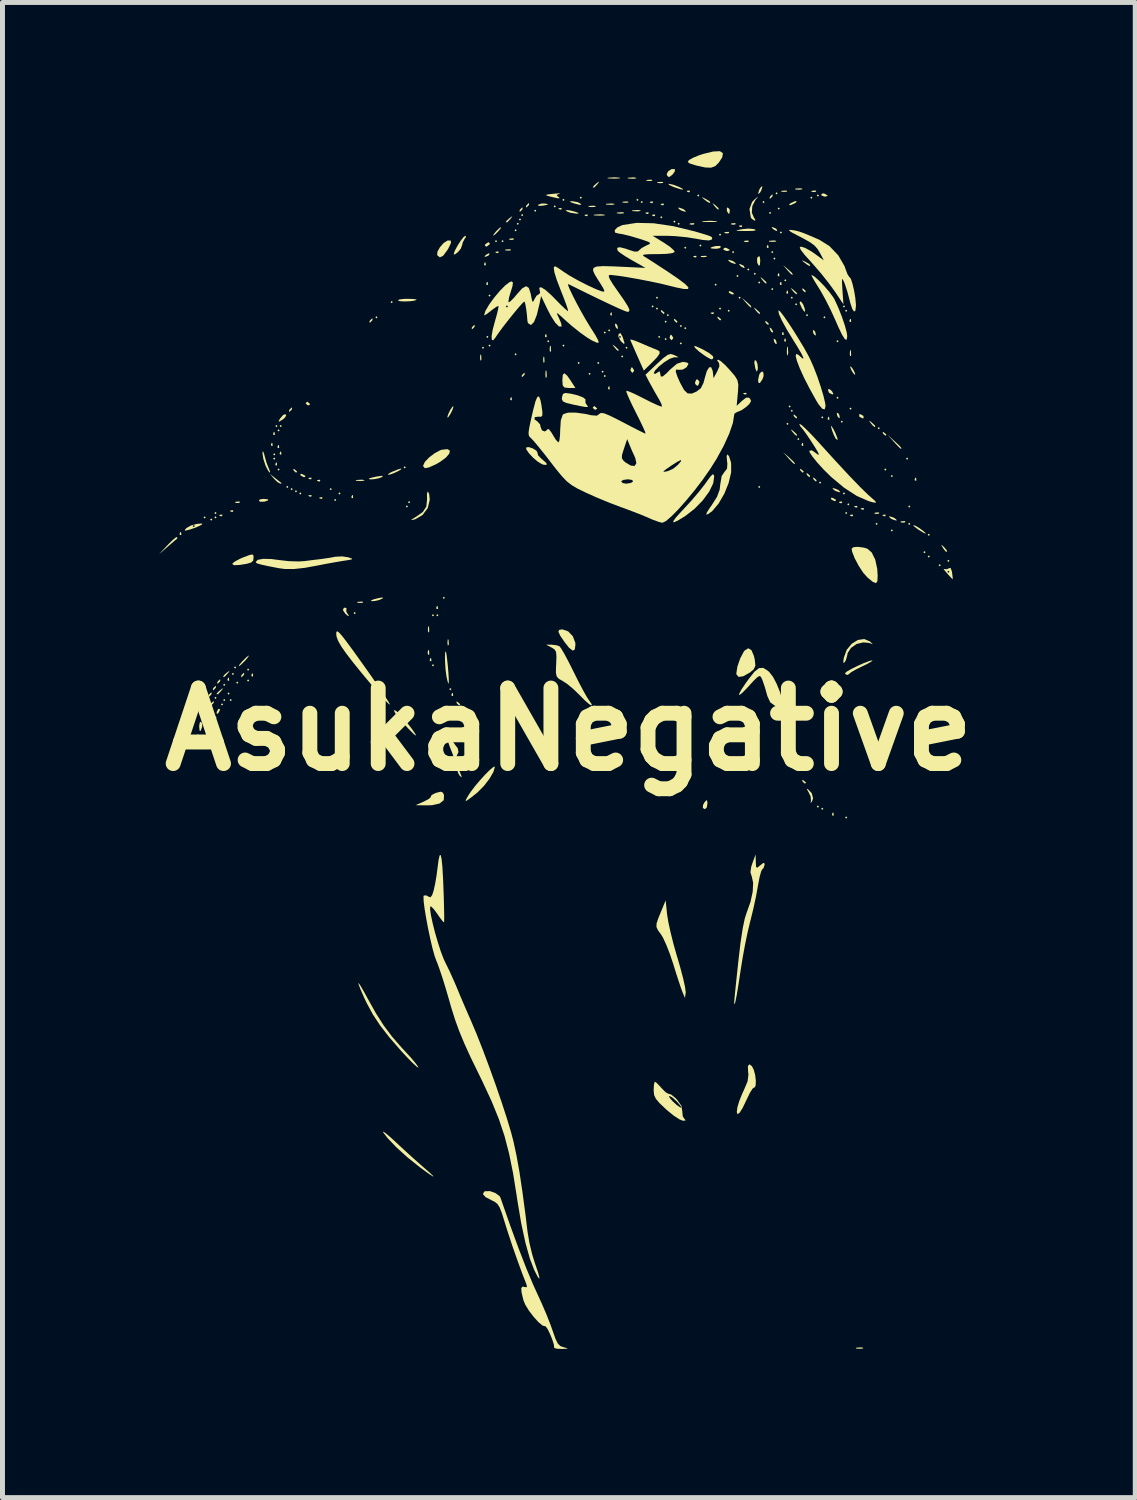
<source format=kicad_pcb>
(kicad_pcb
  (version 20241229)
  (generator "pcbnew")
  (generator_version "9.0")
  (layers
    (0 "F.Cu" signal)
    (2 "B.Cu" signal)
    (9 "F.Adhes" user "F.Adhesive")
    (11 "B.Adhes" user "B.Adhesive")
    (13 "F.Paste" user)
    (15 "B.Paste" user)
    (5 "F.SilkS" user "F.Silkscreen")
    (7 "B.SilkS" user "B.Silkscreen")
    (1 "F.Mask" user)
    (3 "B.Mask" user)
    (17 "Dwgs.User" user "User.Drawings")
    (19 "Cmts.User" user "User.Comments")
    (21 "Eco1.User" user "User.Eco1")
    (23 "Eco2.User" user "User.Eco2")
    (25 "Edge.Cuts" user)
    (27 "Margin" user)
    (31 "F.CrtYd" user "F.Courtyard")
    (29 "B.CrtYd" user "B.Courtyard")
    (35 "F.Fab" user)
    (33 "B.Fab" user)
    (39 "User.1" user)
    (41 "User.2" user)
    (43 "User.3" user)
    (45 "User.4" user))
  (footprint "AsukaNegative"
    (layer "F.Cu")
    (at 8.426 11.664)
    (property "Reference" "AsukaNegative" (at 0 0 0) (layer "F.SilkS") (effects (font (size 1.524 1.524) (thickness 0.3))))
    (attr board_only exclude_from_pos_files exclude_from_bom)
    (fp_poly (pts (xy -7.326 -4.277) (xy -7.348 -4.255) (xy -7.37 -4.277) (xy -7.348 -4.299)) (stroke (width 0) (type solid)) (fill yes) (layer "F.SilkS"))
    (fp_poly (pts (xy -7.238 0.066) (xy -7.26 0.088) (xy -7.282 0.066) (xy -7.26 0.044)) (stroke (width 0) (type solid)) (fill yes) (layer "F.SilkS"))
    (fp_poly (pts (xy -7.194 -4.233) (xy -7.216 -4.211) (xy -7.238 -4.233) (xy -7.216 -4.255)) (stroke (width 0) (type solid)) (fill yes) (layer "F.SilkS"))
    (fp_poly (pts (xy -7.107 -4.365) (xy -7.129 -4.343) (xy -7.151 -4.365) (xy -7.129 -4.387)) (stroke (width 0) (type solid)) (fill yes) (layer "F.SilkS"))
    (fp_poly (pts (xy -7.107 -4.277) (xy -7.129 -4.255) (xy -7.151 -4.277) (xy -7.129 -4.299)) (stroke (width 0) (type solid)) (fill yes) (layer "F.SilkS"))
    (fp_poly (pts (xy -7.107 -0.636) (xy -7.129 -0.614) (xy -7.151 -0.636) (xy -7.129 -0.658)) (stroke (width 0) (type solid)) (fill yes) (layer "F.SilkS"))
    (fp_poly (pts (xy -7.107 -0.241) (xy -7.129 -0.219) (xy -7.151 -0.241) (xy -7.129 -0.263)) (stroke (width 0) (type solid)) (fill yes) (layer "F.SilkS"))
    (fp_poly (pts (xy -6.975 -0.504) (xy -6.997 -0.483) (xy -7.019 -0.504) (xy -6.997 -0.526)) (stroke (width 0) (type solid)) (fill yes) (layer "F.SilkS"))
    (fp_poly (pts (xy -6.931 -0.899) (xy -6.953 -0.877) (xy -6.975 -0.899) (xy -6.953 -0.921)) (stroke (width 0) (type solid)) (fill yes) (layer "F.SilkS"))
    (fp_poly (pts (xy -6.931 -0.592) (xy -6.953 -0.57) (xy -6.975 -0.592) (xy -6.953 -0.614)) (stroke (width 0) (type solid)) (fill yes) (layer "F.SilkS"))
    (fp_poly (pts (xy -6.844 -0.724) (xy -6.865 -0.702) (xy -6.887 -0.724) (xy -6.865 -0.746)) (stroke (width 0) (type solid)) (fill yes) (layer "F.SilkS"))
    (fp_poly (pts (xy -6.8 -0.592) (xy -6.822 -0.57) (xy -6.844 -0.592) (xy -6.822 -0.614)) (stroke (width 0) (type solid)) (fill yes) (layer "F.SilkS"))
    (fp_poly (pts (xy -6.756 -1.119) (xy -6.778 -1.097) (xy -6.8 -1.119) (xy -6.778 -1.141)) (stroke (width 0) (type solid)) (fill yes) (layer "F.SilkS"))
    (fp_poly (pts (xy -6.712 -1.25) (xy -6.734 -1.228) (xy -6.756 -1.25) (xy -6.734 -1.272)) (stroke (width 0) (type solid)) (fill yes) (layer "F.SilkS"))
    (fp_poly (pts (xy -6.668 -0.943) (xy -6.69 -0.921) (xy -6.712 -0.943) (xy -6.69 -0.965)) (stroke (width 0) (type solid)) (fill yes) (layer "F.SilkS"))
    (fp_poly (pts (xy -6.449 -1.206) (xy -6.471 -1.184) (xy -6.493 -1.206) (xy -6.471 -1.228)) (stroke (width 0) (type solid)) (fill yes) (layer "F.SilkS"))
    (fp_poly (pts (xy -6.449 -0.987) (xy -6.471 -0.965) (xy -6.493 -0.987) (xy -6.471 -1.009)) (stroke (width 0) (type solid)) (fill yes) (layer "F.SilkS"))
    (fp_poly (pts (xy -5.922 -5.549) (xy -5.944 -5.527) (xy -5.966 -5.549) (xy -5.944 -5.571)) (stroke (width 0) (type solid)) (fill yes) (layer "F.SilkS"))
    (fp_poly (pts (xy -5.922 -5.462) (xy -5.944 -5.44) (xy -5.966 -5.462) (xy -5.944 -5.484)) (stroke (width 0) (type solid)) (fill yes) (layer "F.SilkS"))
    (fp_poly (pts (xy -5.878 -6.12) (xy -5.9 -6.098) (xy -5.922 -6.12) (xy -5.9 -6.142)) (stroke (width 0) (type solid)) (fill yes) (layer "F.SilkS"))
    (fp_poly (pts (xy -5.835 -6.032) (xy -5.856 -6.01) (xy -5.878 -6.032) (xy -5.856 -6.054)) (stroke (width 0) (type solid)) (fill yes) (layer "F.SilkS"))
    (fp_poly (pts (xy -5.835 -5.242) (xy -5.856 -5.22) (xy -5.878 -5.242) (xy -5.856 -5.264)) (stroke (width 0) (type solid)) (fill yes) (layer "F.SilkS"))
    (fp_poly (pts (xy -5.791 -6.12) (xy -5.813 -6.098) (xy -5.835 -6.12) (xy -5.813 -6.142)) (stroke (width 0) (type solid)) (fill yes) (layer "F.SilkS"))
    (fp_poly (pts (xy -5.659 -4.891) (xy -5.681 -4.869) (xy -5.703 -4.891) (xy -5.681 -4.913)) (stroke (width 0) (type solid)) (fill yes) (layer "F.SilkS"))
    (fp_poly (pts (xy -5.571 -4.847) (xy -5.593 -4.826) (xy -5.615 -4.847) (xy -5.593 -4.869)) (stroke (width 0) (type solid)) (fill yes) (layer "F.SilkS"))
    (fp_poly (pts (xy -5.484 -4.804) (xy -5.506 -4.782) (xy -5.527 -4.804) (xy -5.506 -4.826)) (stroke (width 0) (type solid)) (fill yes) (layer "F.SilkS"))
    (fp_poly (pts (xy -5.396 -4.76) (xy -5.418 -4.738) (xy -5.44 -4.76) (xy -5.418 -4.782)) (stroke (width 0) (type solid)) (fill yes) (layer "F.SilkS"))
    (fp_poly (pts (xy -4.782 -4.847) (xy -4.804 -4.826) (xy -4.826 -4.847) (xy -4.804 -4.869)) (stroke (width 0) (type solid)) (fill yes) (layer "F.SilkS"))
    (fp_poly (pts (xy -4.694 -4.628) (xy -4.716 -4.606) (xy -4.738 -4.628) (xy -4.716 -4.65)) (stroke (width 0) (type solid)) (fill yes) (layer "F.SilkS"))
    (fp_poly (pts (xy -4.606 -4.76) (xy -4.628 -4.738) (xy -4.65 -4.76) (xy -4.628 -4.782)) (stroke (width 0) (type solid)) (fill yes) (layer "F.SilkS"))
    (fp_poly (pts (xy -4.299 -2.347) (xy -4.321 -2.325) (xy -4.343 -2.347) (xy -4.321 -2.369)) (stroke (width 0) (type solid)) (fill yes) (layer "F.SilkS"))
    (fp_poly (pts (xy -3.86 -8.313) (xy -3.882 -8.291) (xy -3.904 -8.313) (xy -3.882 -8.335)) (stroke (width 0) (type solid)) (fill yes) (layer "F.SilkS"))
    (fp_poly (pts (xy -3.553 -8.62) (xy -3.575 -8.598) (xy -3.597 -8.62) (xy -3.575 -8.642)) (stroke (width 0) (type solid)) (fill yes) (layer "F.SilkS"))
    (fp_poly (pts (xy -3.29 -5.286) (xy -3.312 -5.264) (xy -3.334 -5.286) (xy -3.312 -5.308)) (stroke (width 0) (type solid)) (fill yes) (layer "F.SilkS"))
    (fp_poly (pts (xy -3.246 -4.497) (xy -3.268 -4.475) (xy -3.29 -4.497) (xy -3.268 -4.518)) (stroke (width 0) (type solid)) (fill yes) (layer "F.SilkS"))
    (fp_poly (pts (xy -3.202 -4.584) (xy -3.224 -4.562) (xy -3.246 -4.584) (xy -3.224 -4.606)) (stroke (width 0) (type solid)) (fill yes) (layer "F.SilkS"))
    (fp_poly (pts (xy -2.72 -2.303) (xy -2.742 -2.281) (xy -2.764 -2.303) (xy -2.742 -2.325)) (stroke (width 0) (type solid)) (fill yes) (layer "F.SilkS"))
    (fp_poly (pts (xy -2.72 -1.294) (xy -2.742 -1.272) (xy -2.764 -1.294) (xy -2.742 -1.316)) (stroke (width 0) (type solid)) (fill yes) (layer "F.SilkS"))
    (fp_poly (pts (xy -2.632 -2.303) (xy -2.654 -2.281) (xy -2.676 -2.303) (xy -2.654 -2.325)) (stroke (width 0) (type solid)) (fill yes) (layer "F.SilkS"))
    (fp_poly (pts (xy -2.501 -2.654) (xy -2.522 -2.632) (xy -2.544 -2.654) (xy -2.522 -2.676)) (stroke (width 0) (type solid)) (fill yes) (layer "F.SilkS"))
    (fp_poly (pts (xy -2.369 -0.812) (xy -2.391 -0.79) (xy -2.413 -0.812) (xy -2.391 -0.834)) (stroke (width 0) (type solid)) (fill yes) (layer "F.SilkS"))
    (fp_poly (pts (xy -2.15 -0.417) (xy -2.172 -0.395) (xy -2.193 -0.417) (xy -2.172 -0.439)) (stroke (width 0) (type solid)) (fill yes) (layer "F.SilkS"))
    (fp_poly (pts (xy -1.711 -7.699) (xy -1.733 -7.677) (xy -1.755 -7.699) (xy -1.733 -7.721)) (stroke (width 0) (type solid)) (fill yes) (layer "F.SilkS"))
    (fp_poly (pts (xy -1.623 -7.918) (xy -1.645 -7.896) (xy -1.667 -7.918) (xy -1.645 -7.94)) (stroke (width 0) (type solid)) (fill yes) (layer "F.SilkS"))
    (fp_poly (pts (xy -1.579 -8.752) (xy -1.601 -8.73) (xy -1.623 -8.752) (xy -1.601 -8.774)) (stroke (width 0) (type solid)) (fill yes) (layer "F.SilkS"))
    (fp_poly (pts (xy -1.579 -7.743) (xy -1.601 -7.721) (xy -1.623 -7.743) (xy -1.601 -7.765)) (stroke (width 0) (type solid)) (fill yes) (layer "F.SilkS"))
    (fp_poly (pts (xy -1.448 -9.849) (xy -1.47 -9.827) (xy -1.492 -9.849) (xy -1.47 -9.87)) (stroke (width 0) (type solid)) (fill yes) (layer "F.SilkS"))
    (fp_poly (pts (xy -1.316 -9.849) (xy -1.338 -9.827) (xy -1.36 -9.849) (xy -1.338 -9.87)) (stroke (width 0) (type solid)) (fill yes) (layer "F.SilkS"))
    (fp_poly (pts (xy -1.053 -10.068) (xy -1.075 -10.046) (xy -1.097 -10.068) (xy -1.075 -10.09)) (stroke (width 0) (type solid)) (fill yes) (layer "F.SilkS"))
    (fp_poly (pts (xy -1.053 -7.567) (xy -1.075 -7.545) (xy -1.097 -7.567) (xy -1.075 -7.589)) (stroke (width 0) (type solid)) (fill yes) (layer "F.SilkS"))
    (fp_poly (pts (xy -1.009 -10.199) (xy -1.031 -10.178) (xy -1.053 -10.199) (xy -1.031 -10.221)) (stroke (width 0) (type solid)) (fill yes) (layer "F.SilkS"))
    (fp_poly (pts (xy -0.965 -10.287) (xy -0.987 -10.265) (xy -1.009 -10.287) (xy -0.987 -10.309)) (stroke (width 0) (type solid)) (fill yes) (layer "F.SilkS"))
    (fp_poly (pts (xy -0.921 -10.375) (xy -0.943 -10.353) (xy -0.965 -10.375) (xy -0.943 -10.397)) (stroke (width 0) (type solid)) (fill yes) (layer "F.SilkS"))
    (fp_poly (pts (xy -0.658 -10.463) (xy -0.68 -10.441) (xy -0.702 -10.463) (xy -0.68 -10.485)) (stroke (width 0) (type solid)) (fill yes) (layer "F.SilkS"))
    (fp_poly (pts (xy -0.395 -7.831) (xy -0.417 -7.809) (xy -0.439 -7.831) (xy -0.417 -7.853)) (stroke (width 0) (type solid)) (fill yes) (layer "F.SilkS"))
    (fp_poly (pts (xy -0.263 -10.55) (xy -0.285 -10.528) (xy -0.307 -10.55) (xy -0.285 -10.572)) (stroke (width 0) (type solid)) (fill yes) (layer "F.SilkS"))
    (fp_poly (pts (xy -0.088 -10.682) (xy -0.11 -10.66) (xy -0.132 -10.682) (xy -0.11 -10.704)) (stroke (width 0) (type solid)) (fill yes) (layer "F.SilkS"))
    (fp_poly (pts (xy -0.088 -7.743) (xy -0.11 -7.721) (xy -0.132 -7.743) (xy -0.11 -7.765)) (stroke (width 0) (type solid)) (fill yes) (layer "F.SilkS"))
    (fp_poly (pts (xy 0.219 -7.392) (xy 0.197 -7.37) (xy 0.175 -7.392) (xy 0.197 -7.414)) (stroke (width 0) (type solid)) (fill yes) (layer "F.SilkS"))
    (fp_poly (pts (xy 0.263 -10.726) (xy 0.241 -10.704) (xy 0.219 -10.726) (xy 0.241 -10.748)) (stroke (width 0) (type solid)) (fill yes) (layer "F.SilkS"))
    (fp_poly (pts (xy 0.439 -7.173) (xy 0.417 -7.151) (xy 0.395 -7.173) (xy 0.417 -7.194)) (stroke (width 0) (type solid)) (fill yes) (layer "F.SilkS"))
    (fp_poly (pts (xy 0.614 -7.392) (xy 0.592 -7.37) (xy 0.57 -7.392) (xy 0.592 -7.414)) (stroke (width 0) (type solid)) (fill yes) (layer "F.SilkS"))
    (fp_poly (pts (xy 0.702 -7.216) (xy 0.68 -7.194) (xy 0.658 -7.216) (xy 0.68 -7.238)) (stroke (width 0) (type solid)) (fill yes) (layer "F.SilkS"))
    (fp_poly (pts (xy 0.746 -8.006) (xy 0.724 -7.984) (xy 0.702 -8.006) (xy 0.724 -8.028)) (stroke (width 0) (type solid)) (fill yes) (layer "F.SilkS"))
    (fp_poly (pts (xy 0.746 -7.129) (xy 0.724 -7.107) (xy 0.702 -7.129) (xy 0.724 -7.151)) (stroke (width 0) (type solid)) (fill yes) (layer "F.SilkS"))
    (fp_poly (pts (xy 0.834 -8.05) (xy 0.812 -8.028) (xy 0.79 -8.05) (xy 0.812 -8.072)) (stroke (width 0) (type solid)) (fill yes) (layer "F.SilkS"))
    (fp_poly (pts (xy 1.097 -7.523) (xy 1.075 -7.502) (xy 1.053 -7.523) (xy 1.075 -7.545)) (stroke (width 0) (type solid)) (fill yes) (layer "F.SilkS"))
    (fp_poly (pts (xy 1.184 -7.699) (xy 1.163 -7.677) (xy 1.141 -7.699) (xy 1.163 -7.721)) (stroke (width 0) (type solid)) (fill yes) (layer "F.SilkS"))
    (fp_poly (pts (xy 1.404 -10.682) (xy 1.382 -10.66) (xy 1.36 -10.682) (xy 1.382 -10.704)) (stroke (width 0) (type solid)) (fill yes) (layer "F.SilkS"))
    (fp_poly (pts (xy 1.492 -10.638) (xy 1.47 -10.616) (xy 1.448 -10.638) (xy 1.47 -10.66)) (stroke (width 0) (type solid)) (fill yes) (layer "F.SilkS"))
    (fp_poly (pts (xy 1.711 -8.532) (xy 1.689 -8.511) (xy 1.667 -8.532) (xy 1.689 -8.554)) (stroke (width 0) (type solid)) (fill yes) (layer "F.SilkS"))
    (fp_poly (pts (xy 1.799 -8.708) (xy 1.777 -8.686) (xy 1.755 -8.708) (xy 1.777 -8.73)) (stroke (width 0) (type solid)) (fill yes) (layer "F.SilkS"))
    (fp_poly (pts (xy 1.799 -8.489) (xy 1.777 -8.467) (xy 1.755 -8.489) (xy 1.777 -8.511)) (stroke (width 0) (type solid)) (fill yes) (layer "F.SilkS"))
    (fp_poly (pts (xy 1.842 -7.918) (xy 1.821 -7.896) (xy 1.799 -7.918) (xy 1.821 -7.94)) (stroke (width 0) (type solid)) (fill yes) (layer "F.SilkS"))
    (fp_poly (pts (xy 1.886 -10.331) (xy 1.864 -10.309) (xy 1.842 -10.331) (xy 1.864 -10.353)) (stroke (width 0) (type solid)) (fill yes) (layer "F.SilkS"))
    (fp_poly (pts (xy 1.974 -8.225) (xy 1.952 -8.203) (xy 1.93 -8.225) (xy 1.952 -8.247)) (stroke (width 0) (type solid)) (fill yes) (layer "F.SilkS"))
    (fp_poly (pts (xy 1.974 -7.874) (xy 1.952 -7.853) (xy 1.93 -7.874) (xy 1.952 -7.896)) (stroke (width 0) (type solid)) (fill yes) (layer "F.SilkS"))
    (fp_poly (pts (xy 2.018 -8.357) (xy 1.996 -8.335) (xy 1.974 -8.357) (xy 1.996 -8.379)) (stroke (width 0) (type solid)) (fill yes) (layer "F.SilkS"))
    (fp_poly (pts (xy 2.15 -10.243) (xy 2.128 -10.221) (xy 2.106 -10.243) (xy 2.128 -10.265)) (stroke (width 0) (type solid)) (fill yes) (layer "F.SilkS"))
    (fp_poly (pts (xy 2.237 -10.199) (xy 2.215 -10.178) (xy 2.193 -10.199) (xy 2.215 -10.221)) (stroke (width 0) (type solid)) (fill yes) (layer "F.SilkS"))
    (fp_poly (pts (xy 2.281 -8.138) (xy 2.259 -8.116) (xy 2.237 -8.138) (xy 2.259 -8.16)) (stroke (width 0) (type solid)) (fill yes) (layer "F.SilkS"))
    (fp_poly (pts (xy 2.281 -7.787) (xy 2.259 -7.765) (xy 2.237 -7.787) (xy 2.259 -7.809)) (stroke (width 0) (type solid)) (fill yes) (layer "F.SilkS"))
    (fp_poly (pts (xy 2.369 -9.717) (xy 2.347 -9.695) (xy 2.325 -9.717) (xy 2.347 -9.739)) (stroke (width 0) (type solid)) (fill yes) (layer "F.SilkS"))
    (fp_poly (pts (xy 2.369 -8.094) (xy 2.347 -8.072) (xy 2.325 -8.094) (xy 2.347 -8.116)) (stroke (width 0) (type solid)) (fill yes) (layer "F.SilkS"))
    (fp_poly (pts (xy 2.632 -10.77) (xy 2.61 -10.748) (xy 2.588 -10.77) (xy 2.61 -10.792)) (stroke (width 0) (type solid)) (fill yes) (layer "F.SilkS"))
    (fp_poly (pts (xy 2.676 -9.761) (xy 2.654 -9.739) (xy 2.632 -9.761) (xy 2.654 -9.783)) (stroke (width 0) (type solid)) (fill yes) (layer "F.SilkS"))
    (fp_poly (pts (xy 2.983 -8.971) (xy 2.961 -8.949) (xy 2.939 -8.971) (xy 2.961 -8.993)) (stroke (width 0) (type solid)) (fill yes) (layer "F.SilkS"))
    (fp_poly (pts (xy 3.071 -9.98) (xy 3.049 -9.958) (xy 3.027 -9.98) (xy 3.049 -10.002)) (stroke (width 0) (type solid)) (fill yes) (layer "F.SilkS"))
    (fp_poly (pts (xy 3.071 -8.489) (xy 3.049 -8.467) (xy 3.027 -8.489) (xy 3.049 -8.511)) (stroke (width 0) (type solid)) (fill yes) (layer "F.SilkS"))
    (fp_poly (pts (xy 3.246 -8.445) (xy 3.224 -8.423) (xy 3.202 -8.445) (xy 3.224 -8.467)) (stroke (width 0) (type solid)) (fill yes) (layer "F.SilkS"))
    (fp_poly (pts (xy 3.334 -9.629) (xy 3.312 -9.607) (xy 3.29 -9.629) (xy 3.312 -9.651)) (stroke (width 0) (type solid)) (fill yes) (layer "F.SilkS"))
    (fp_poly (pts (xy 3.422 -9.147) (xy 3.4 -9.125) (xy 3.378 -9.147) (xy 3.4 -9.169)) (stroke (width 0) (type solid)) (fill yes) (layer "F.SilkS"))
    (fp_poly (pts (xy 3.466 -8.708) (xy 3.444 -8.686) (xy 3.422 -8.708) (xy 3.444 -8.73)) (stroke (width 0) (type solid)) (fill yes) (layer "F.SilkS"))
    (fp_poly (pts (xy 3.641 -9.278) (xy 3.619 -9.256) (xy 3.597 -9.278) (xy 3.619 -9.3)) (stroke (width 0) (type solid)) (fill yes) (layer "F.SilkS"))
    (fp_poly (pts (xy 3.773 -9.191) (xy 3.751 -9.169) (xy 3.729 -9.191) (xy 3.751 -9.212)) (stroke (width 0) (type solid)) (fill yes) (layer "F.SilkS"))
    (fp_poly (pts (xy 3.86 -9.015) (xy 3.839 -8.993) (xy 3.817 -9.015) (xy 3.839 -9.037)) (stroke (width 0) (type solid)) (fill yes) (layer "F.SilkS"))
    (fp_poly (pts (xy 3.86 -4.891) (xy 3.839 -4.869) (xy 3.817 -4.891) (xy 3.839 -4.913)) (stroke (width 0) (type solid)) (fill yes) (layer "F.SilkS"))
    (fp_poly (pts (xy 3.948 -10.638) (xy 3.926 -10.616) (xy 3.904 -10.638) (xy 3.926 -10.66)) (stroke (width 0) (type solid)) (fill yes) (layer "F.SilkS"))
    (fp_poly (pts (xy 4.08 -10.419) (xy 4.058 -10.397) (xy 4.036 -10.419) (xy 4.058 -10.441)) (stroke (width 0) (type solid)) (fill yes) (layer "F.SilkS"))
    (fp_poly (pts (xy 4.124 -9.629) (xy 4.102 -9.607) (xy 4.08 -9.629) (xy 4.102 -9.651)) (stroke (width 0) (type solid)) (fill yes) (layer "F.SilkS"))
    (fp_poly (pts (xy 4.124 -8.883) (xy 4.102 -8.861) (xy 4.08 -8.883) (xy 4.102 -8.905)) (stroke (width 0) (type solid)) (fill yes) (layer "F.SilkS"))
    (fp_poly (pts (xy 4.168 -9.498) (xy 4.146 -9.476) (xy 4.124 -9.498) (xy 4.146 -9.52)) (stroke (width 0) (type solid)) (fill yes) (layer "F.SilkS"))
    (fp_poly (pts (xy 4.211 -10.814) (xy 4.189 -10.792) (xy 4.168 -10.814) (xy 4.189 -10.836)) (stroke (width 0) (type solid)) (fill yes) (layer "F.SilkS"))
    (fp_poly (pts (xy 4.255 -10.507) (xy 4.233 -10.485) (xy 4.211 -10.507) (xy 4.233 -10.528)) (stroke (width 0) (type solid)) (fill yes) (layer "F.SilkS"))
    (fp_poly (pts (xy 4.299 -10.024) (xy 4.277 -10.002) (xy 4.255 -10.024) (xy 4.277 -10.046)) (stroke (width 0) (type solid)) (fill yes) (layer "F.SilkS"))
    (fp_poly (pts (xy 4.387 -9.059) (xy 4.365 -9.037) (xy 4.343 -9.059) (xy 4.365 -9.081)) (stroke (width 0) (type solid)) (fill yes) (layer "F.SilkS"))
    (fp_poly (pts (xy 4.431 -6.164) (xy 4.409 -6.142) (xy 4.387 -6.164) (xy 4.409 -6.185)) (stroke (width 0) (type solid)) (fill yes) (layer "F.SilkS"))
    (fp_poly (pts (xy 4.475 -6.515) (xy 4.453 -6.493) (xy 4.431 -6.515) (xy 4.453 -6.536)) (stroke (width 0) (type solid)) (fill yes) (layer "F.SilkS"))
    (fp_poly (pts (xy 4.518 -8.708) (xy 4.497 -8.686) (xy 4.475 -8.708) (xy 4.497 -8.73)) (stroke (width 0) (type solid)) (fill yes) (layer "F.SilkS"))
    (fp_poly (pts (xy 4.518 -6.427) (xy 4.497 -6.405) (xy 4.475 -6.427) (xy 4.497 -6.449)) (stroke (width 0) (type solid)) (fill yes) (layer "F.SilkS"))
    (fp_poly (pts (xy 4.606 -8.576) (xy 4.584 -8.554) (xy 4.562 -8.576) (xy 4.584 -8.598)) (stroke (width 0) (type solid)) (fill yes) (layer "F.SilkS"))
    (fp_poly (pts (xy 4.65 -5.856) (xy 4.628 -5.835) (xy 4.606 -5.856) (xy 4.628 -5.878)) (stroke (width 0) (type solid)) (fill yes) (layer "F.SilkS"))
    (fp_poly (pts (xy 4.826 -8.357) (xy 4.804 -8.335) (xy 4.782 -8.357) (xy 4.804 -8.379)) (stroke (width 0) (type solid)) (fill yes) (layer "F.SilkS"))
    (fp_poly (pts (xy 4.913 -10.726) (xy 4.891 -10.704) (xy 4.869 -10.726) (xy 4.891 -10.748)) (stroke (width 0) (type solid)) (fill yes) (layer "F.SilkS"))
    (fp_poly (pts (xy 5.045 -10.77) (xy 5.023 -10.748) (xy 5.001 -10.77) (xy 5.023 -10.792)) (stroke (width 0) (type solid)) (fill yes) (layer "F.SilkS"))
    (fp_poly (pts (xy 5.045 1.557) (xy 5.023 1.579) (xy 5.001 1.557) (xy 5.023 1.535)) (stroke (width 0) (type solid)) (fill yes) (layer "F.SilkS"))
    (fp_poly (pts (xy 5.089 -4.979) (xy 5.067 -4.957) (xy 5.045 -4.979) (xy 5.067 -5.001)) (stroke (width 0) (type solid)) (fill yes) (layer "F.SilkS"))
    (fp_poly (pts (xy 5.133 -6.295) (xy 5.111 -6.273) (xy 5.089 -6.295) (xy 5.111 -6.317)) (stroke (width 0) (type solid)) (fill yes) (layer "F.SilkS"))
    (fp_poly (pts (xy 5.133 1.601) (xy 5.111 1.623) (xy 5.089 1.601) (xy 5.111 1.579)) (stroke (width 0) (type solid)) (fill yes) (layer "F.SilkS"))
    (fp_poly (pts (xy 5.177 -8.313) (xy 5.155 -8.291) (xy 5.133 -8.313) (xy 5.155 -8.335)) (stroke (width 0) (type solid)) (fill yes) (layer "F.SilkS"))
    (fp_poly (pts (xy 5.44 -7.831) (xy 5.418 -7.809) (xy 5.396 -7.831) (xy 5.418 -7.853)) (stroke (width 0) (type solid)) (fill yes) (layer "F.SilkS"))
    (fp_poly (pts (xy 5.44 -6.69) (xy 5.418 -6.668) (xy 5.396 -6.69) (xy 5.418 -6.712)) (stroke (width 0) (type solid)) (fill yes) (layer "F.SilkS"))
    (fp_poly (pts (xy 5.527 -6.207) (xy 5.506 -6.185) (xy 5.484 -6.207) (xy 5.506 -6.229)) (stroke (width 0) (type solid)) (fill yes) (layer "F.SilkS"))
    (fp_poly (pts (xy 5.571 -8.532) (xy 5.549 -8.511) (xy 5.527 -8.532) (xy 5.549 -8.554)) (stroke (width 0) (type solid)) (fill yes) (layer "F.SilkS"))
    (fp_poly (pts (xy 5.571 -4.76) (xy 5.549 -4.738) (xy 5.527 -4.76) (xy 5.549 -4.782)) (stroke (width 0) (type solid)) (fill yes) (layer "F.SilkS"))
    (fp_poly (pts (xy 5.615 -8.445) (xy 5.593 -8.423) (xy 5.571 -8.445) (xy 5.593 -8.467)) (stroke (width 0) (type solid)) (fill yes) (layer "F.SilkS"))
    (fp_poly (pts (xy 5.615 -4.365) (xy 5.593 -4.343) (xy 5.571 -4.365) (xy 5.593 -4.387)) (stroke (width 0) (type solid)) (fill yes) (layer "F.SilkS"))
    (fp_poly (pts (xy 5.615 1.777) (xy 5.593 1.799) (xy 5.571 1.777) (xy 5.593 1.755)) (stroke (width 0) (type solid)) (fill yes) (layer "F.SilkS"))
    (fp_poly (pts (xy 5.659 -4.54) (xy 5.637 -4.518) (xy 5.615 -4.54) (xy 5.637 -4.562)) (stroke (width 0) (type solid)) (fill yes) (layer "F.SilkS"))
    (fp_poly (pts (xy 5.703 -6.471) (xy 5.681 -6.449) (xy 5.659 -6.471) (xy 5.681 -6.493)) (stroke (width 0) (type solid)) (fill yes) (layer "F.SilkS"))
    (fp_poly (pts (xy 6.229 -4.146) (xy 6.207 -4.124) (xy 6.185 -4.146) (xy 6.207 -4.168)) (stroke (width 0) (type solid)) (fill yes) (layer "F.SilkS"))
    (fp_poly (pts (xy 6.273 -6.076) (xy 6.251 -6.054) (xy 6.229 -6.076) (xy 6.251 -6.098)) (stroke (width 0) (type solid)) (fill yes) (layer "F.SilkS"))
    (fp_poly (pts (xy 6.405 -5.242) (xy 6.383 -5.22) (xy 6.361 -5.242) (xy 6.383 -5.264)) (stroke (width 0) (type solid)) (fill yes) (layer "F.SilkS"))
    (fp_poly (pts (xy 6.536 -5.111) (xy 6.515 -5.089) (xy 6.493 -5.111) (xy 6.515 -5.133)) (stroke (width 0) (type solid)) (fill yes) (layer "F.SilkS"))
    (fp_poly (pts (xy 6.536 -4.014) (xy 6.515 -3.992) (xy 6.493 -4.014) (xy 6.515 -4.036)) (stroke (width 0) (type solid)) (fill yes) (layer "F.SilkS"))
    (fp_poly (pts (xy 6.844 -5.462) (xy 6.822 -5.44) (xy 6.8 -5.462) (xy 6.822 -5.484)) (stroke (width 0) (type solid)) (fill yes) (layer "F.SilkS"))
    (fp_poly (pts (xy 6.887 -4.497) (xy 6.865 -4.475) (xy 6.844 -4.497) (xy 6.865 -4.518)) (stroke (width 0) (type solid)) (fill yes) (layer "F.SilkS"))
    (fp_poly (pts (xy 6.887 -4.146) (xy 6.865 -4.124) (xy 6.844 -4.146) (xy 6.865 -4.168)) (stroke (width 0) (type solid)) (fill yes) (layer "F.SilkS"))
    (fp_poly (pts (xy 7.194 -3.575) (xy 7.173 -3.553) (xy 7.151 -3.575) (xy 7.173 -3.597)) (stroke (width 0) (type solid)) (fill yes) (layer "F.SilkS"))
    (fp_poly (pts (xy 7.282 -3.926) (xy 7.26 -3.904) (xy 7.238 -3.926) (xy 7.26 -3.948)) (stroke (width 0) (type solid)) (fill yes) (layer "F.SilkS"))
    (fp_poly (pts (xy 7.282 -3.488) (xy 7.26 -3.466) (xy 7.238 -3.488) (xy 7.26 -3.509)) (stroke (width 0) (type solid)) (fill yes) (layer "F.SilkS"))
    (fp_poly (pts (xy 7.502 -3.312) (xy 7.48 -3.29) (xy 7.458 -3.312) (xy 7.48 -3.334)) (stroke (width 0) (type solid)) (fill yes) (layer "F.SilkS"))
    (fp_poly (pts (xy 7.677 -3.4) (xy 7.655 -3.378) (xy 7.633 -3.4) (xy 7.655 -3.422)) (stroke (width 0) (type solid)) (fill yes) (layer "F.SilkS"))
    (fp_poly (pts (xy -7.823 -3.977) (xy -7.818 -3.925) (xy -7.823 -3.919) (xy -7.849 -3.925) (xy -7.853 -3.948) (xy -7.836 -3.984)) (stroke (width 0) (type solid)) (fill yes) (layer "F.SilkS"))
    (fp_poly (pts (xy -7.472 0.102) (xy -7.467 0.154) (xy -7.472 0.161) (xy -7.498 0.155) (xy -7.502 0.132) (xy -7.486 0.095)) (stroke (width 0) (type solid)) (fill yes) (layer "F.SilkS"))
    (fp_poly (pts (xy -6.99 -4.328) (xy -6.996 -4.302) (xy -7.019 -4.299) (xy -7.055 -4.315) (xy -7.048 -4.328) (xy -6.996 -4.334)) (stroke (width 0) (type solid)) (fill yes) (layer "F.SilkS"))
    (fp_poly (pts (xy -6.858 -1.038) (xy -6.853 -0.986) (xy -6.858 -0.98) (xy -6.884 -0.986) (xy -6.887 -1.009) (xy -6.871 -1.045)) (stroke (width 0) (type solid)) (fill yes) (layer "F.SilkS"))
    (fp_poly (pts (xy -6.77 -4.416) (xy -6.776 -4.39) (xy -6.8 -4.387) (xy -6.836 -4.403) (xy -6.829 -4.416) (xy -6.777 -4.421)) (stroke (width 0) (type solid)) (fill yes) (layer "F.SilkS"))
    (fp_poly (pts (xy -6.636 -4.589) (xy -6.649 -4.569) (xy -6.694 -4.566) (xy -6.74 -4.577) (xy -6.72 -4.592) (xy -6.652 -4.598)) (stroke (width 0) (type solid)) (fill yes) (layer "F.SilkS"))
    (fp_poly (pts (xy -6.376 -1.126) (xy -6.37 -1.074) (xy -6.376 -1.067) (xy -6.402 -1.073) (xy -6.405 -1.097) (xy -6.389 -1.133)) (stroke (width 0) (type solid)) (fill yes) (layer "F.SilkS"))
    (fp_poly (pts (xy -5.981 -5.776) (xy -5.976 -5.724) (xy -5.981 -5.718) (xy -6.007 -5.724) (xy -6.01 -5.747) (xy -5.994 -5.783)) (stroke (width 0) (type solid)) (fill yes) (layer "F.SilkS"))
    (fp_poly (pts (xy -5.937 -5.995) (xy -5.932 -5.943) (xy -5.937 -5.937) (xy -5.963 -5.943) (xy -5.966 -5.966) (xy -5.95 -6.002)) (stroke (width 0) (type solid)) (fill yes) (layer "F.SilkS"))
    (fp_poly (pts (xy -5.893 -5.381) (xy -5.888 -5.329) (xy -5.893 -5.323) (xy -5.919 -5.329) (xy -5.922 -5.352) (xy -5.906 -5.388)) (stroke (width 0) (type solid)) (fill yes) (layer "F.SilkS"))
    (fp_poly (pts (xy -5.849 -5.732) (xy -5.844 -5.68) (xy -5.849 -5.674) (xy -5.875 -5.68) (xy -5.878 -5.703) (xy -5.862 -5.739)) (stroke (width 0) (type solid)) (fill yes) (layer "F.SilkS"))
    (fp_poly (pts (xy -5.805 -5.601) (xy -5.8 -5.549) (xy -5.805 -5.542) (xy -5.831 -5.548) (xy -5.835 -5.571) (xy -5.818 -5.607)) (stroke (width 0) (type solid)) (fill yes) (layer "F.SilkS"))
    (fp_poly (pts (xy -5.191 -5.074) (xy -5.197 -5.048) (xy -5.22 -5.045) (xy -5.256 -5.061) (xy -5.25 -5.074) (xy -5.198 -5.079)) (stroke (width 0) (type solid)) (fill yes) (layer "F.SilkS"))
    (fp_poly (pts (xy -5.191 -4.723) (xy -5.197 -4.697) (xy -5.22 -4.694) (xy -5.256 -4.71) (xy -5.25 -4.723) (xy -5.198 -4.728)) (stroke (width 0) (type solid)) (fill yes) (layer "F.SilkS"))
    (fp_poly (pts (xy -5.016 -5.03) (xy -5.022 -5.004) (xy -5.045 -5.001) (xy -5.081 -5.017) (xy -5.074 -5.03) (xy -5.022 -5.036)) (stroke (width 0) (type solid)) (fill yes) (layer "F.SilkS"))
    (fp_poly (pts (xy -4.972 -4.679) (xy -4.978 -4.653) (xy -5.001 -4.65) (xy -5.037 -4.666) (xy -5.03 -4.679) (xy -4.978 -4.685)) (stroke (width 0) (type solid)) (fill yes) (layer "F.SilkS"))
    (fp_poly (pts (xy -4.358 -4.723) (xy -4.352 -4.671) (xy -4.358 -4.665) (xy -4.384 -4.671) (xy -4.387 -4.694) (xy -4.371 -4.73)) (stroke (width 0) (type solid)) (fill yes) (layer "F.SilkS"))
    (fp_poly (pts (xy -4.157 -2.573) (xy -4.151 -2.557) (xy -4.211 -2.551) (xy -4.274 -2.558) (xy -4.266 -2.573) (xy -4.176 -2.579)) (stroke (width 0) (type solid)) (fill yes) (layer "F.SilkS"))
    (fp_poly (pts (xy -2.822 -2.073) (xy -2.817 -1.983) (xy -2.822 -1.963) (xy -2.838 -1.958) (xy -2.845 -2.018) (xy -2.838 -2.08)) (stroke (width 0) (type solid)) (fill yes) (layer "F.SilkS"))
    (fp_poly (pts (xy -2.821 -1.587) (xy -2.816 -1.519) (xy -2.825 -1.503) (xy -2.845 -1.517) (xy -2.848 -1.561) (xy -2.837 -1.608)) (stroke (width 0) (type solid)) (fill yes) (layer "F.SilkS"))
    (fp_poly (pts (xy -2.778 -1.433) (xy -2.773 -1.381) (xy -2.778 -1.375) (xy -2.804 -1.381) (xy -2.808 -1.404) (xy -2.792 -1.44)) (stroke (width 0) (type solid)) (fill yes) (layer "F.SilkS"))
    (fp_poly (pts (xy -2.647 -2.486) (xy -2.641 -2.434) (xy -2.647 -2.427) (xy -2.673 -2.433) (xy -2.676 -2.457) (xy -2.66 -2.493)) (stroke (width 0) (type solid)) (fill yes) (layer "F.SilkS"))
    (fp_poly (pts (xy -2.428 -1.81) (xy -2.422 -1.72) (xy -2.428 -1.7) (xy -2.444 -1.694) (xy -2.45 -1.755) (xy -2.443 -1.817)) (stroke (width 0) (type solid)) (fill yes) (layer "F.SilkS"))
    (fp_poly (pts (xy -2.34 -0.731) (xy -2.334 -0.679) (xy -2.34 -0.673) (xy -2.366 -0.679) (xy -2.369 -0.702) (xy -2.353 -0.738)) (stroke (width 0) (type solid)) (fill yes) (layer "F.SilkS"))
    (fp_poly (pts (xy -1.77 -7.556) (xy -1.764 -7.467) (xy -1.77 -7.447) (xy -1.786 -7.441) (xy -1.792 -7.502) (xy -1.785 -7.564)) (stroke (width 0) (type solid)) (fill yes) (layer "F.SilkS"))
    (fp_poly (pts (xy -1.682 -9.417) (xy -1.676 -9.365) (xy -1.682 -9.359) (xy -1.708 -9.365) (xy -1.711 -9.388) (xy -1.695 -9.424)) (stroke (width 0) (type solid)) (fill yes) (layer "F.SilkS"))
    (fp_poly (pts (xy -1.638 -9.022) (xy -1.633 -8.97) (xy -1.638 -8.964) (xy -1.664 -8.97) (xy -1.667 -8.993) (xy -1.651 -9.029)) (stroke (width 0) (type solid)) (fill yes) (layer "F.SilkS"))
    (fp_poly (pts (xy -1.418 -9.636) (xy -1.424 -9.61) (xy -1.448 -9.607) (xy -1.484 -9.623) (xy -1.477 -9.636) (xy -1.425 -9.642)) (stroke (width 0) (type solid)) (fill yes) (layer "F.SilkS"))
    (fp_poly (pts (xy -1.173 -9.68) (xy -1.168 -9.664) (xy -1.228 -9.658) (xy -1.291 -9.665) (xy -1.283 -9.68) (xy -1.193 -9.686)) (stroke (width 0) (type solid)) (fill yes) (layer "F.SilkS"))
    (fp_poly (pts (xy -1.155 -6.697) (xy -1.15 -6.645) (xy -1.155 -6.639) (xy -1.181 -6.645) (xy -1.184 -6.668) (xy -1.168 -6.704)) (stroke (width 0) (type solid)) (fill yes) (layer "F.SilkS"))
    (fp_poly (pts (xy -1.109 -9.897) (xy -1.122 -9.877) (xy -1.166 -9.874) (xy -1.213 -9.885) (xy -1.193 -9.9) (xy -1.124 -9.906)) (stroke (width 0) (type solid)) (fill yes) (layer "F.SilkS"))
    (fp_poly (pts (xy -0.497 -7.513) (xy -0.492 -7.423) (xy -0.497 -7.403) (xy -0.513 -7.397) (xy -0.519 -7.458) (xy -0.513 -7.52)) (stroke (width 0) (type solid)) (fill yes) (layer "F.SilkS"))
    (fp_poly (pts (xy -0.453 -7.969) (xy -0.448 -7.917) (xy -0.453 -7.911) (xy -0.479 -7.917) (xy -0.483 -7.94) (xy -0.467 -7.976)) (stroke (width 0) (type solid)) (fill yes) (layer "F.SilkS"))
    (fp_poly (pts (xy -0.366 -7.732) (xy -0.36 -7.642) (xy -0.366 -7.622) (xy -0.382 -7.617) (xy -0.388 -7.677) (xy -0.381 -7.739)) (stroke (width 0) (type solid)) (fill yes) (layer "F.SilkS"))
    (fp_poly (pts (xy -0.146 -10.514) (xy -0.152 -10.488) (xy -0.175 -10.485) (xy -0.212 -10.501) (xy -0.205 -10.514) (xy -0.153 -10.519)) (stroke (width 0) (type solid)) (fill yes) (layer "F.SilkS"))
    (fp_poly (pts (xy 0.38 -10.382) (xy 0.374 -10.356) (xy 0.351 -10.353) (xy 0.315 -10.369) (xy 0.322 -10.382) (xy 0.374 -10.388)) (stroke (width 0) (type solid)) (fill yes) (layer "F.SilkS"))
    (fp_poly (pts (xy 0.819 -6.917) (xy 0.824 -6.865) (xy 0.819 -6.858) (xy 0.793 -6.864) (xy 0.79 -6.887) (xy 0.806 -6.924)) (stroke (width 0) (type solid)) (fill yes) (layer "F.SilkS"))
    (fp_poly (pts (xy 0.863 -8.408) (xy 0.868 -8.356) (xy 0.863 -8.35) (xy 0.837 -8.356) (xy 0.834 -8.379) (xy 0.85 -8.415)) (stroke (width 0) (type solid)) (fill yes) (layer "F.SilkS"))
    (fp_poly (pts (xy 1.195 -10.645) (xy 1.201 -10.629) (xy 1.141 -10.623) (xy 1.078 -10.63) (xy 1.086 -10.645) (xy 1.176 -10.651)) (stroke (width 0) (type solid)) (fill yes) (layer "F.SilkS"))
    (fp_poly (pts (xy 1.609 -10.426) (xy 1.602 -10.4) (xy 1.579 -10.397) (xy 1.543 -10.413) (xy 1.55 -10.426) (xy 1.602 -10.431)) (stroke (width 0) (type solid)) (fill yes) (layer "F.SilkS"))
    (fp_poly (pts (xy 1.678 -11.084) (xy 1.683 -11.068) (xy 1.623 -11.062) (xy 1.561 -11.069) (xy 1.568 -11.084) (xy 1.658 -11.09)) (stroke (width 0) (type solid)) (fill yes) (layer "F.SilkS"))
    (fp_poly (pts (xy 1.696 -10.645) (xy 1.69 -10.619) (xy 1.667 -10.616) (xy 1.631 -10.632) (xy 1.638 -10.645) (xy 1.69 -10.651)) (stroke (width 0) (type solid)) (fill yes) (layer "F.SilkS"))
    (fp_poly (pts (xy 1.74 -10.382) (xy 1.734 -10.356) (xy 1.711 -10.353) (xy 1.675 -10.369) (xy 1.682 -10.382) (xy 1.734 -10.388)) (stroke (width 0) (type solid)) (fill yes) (layer "F.SilkS"))
    (fp_poly (pts (xy 1.897 -11.04) (xy 1.903 -11.024) (xy 1.842 -11.018) (xy 1.78 -11.025) (xy 1.788 -11.04) (xy 1.877 -11.046)) (stroke (width 0) (type solid)) (fill yes) (layer "F.SilkS"))
    (fp_poly (pts (xy 1.916 -10.602) (xy 1.91 -10.576) (xy 1.886 -10.572) (xy 1.85 -10.588) (xy 1.857 -10.602) (xy 1.909 -10.607)) (stroke (width 0) (type solid)) (fill yes) (layer "F.SilkS"))
    (fp_poly (pts (xy 2.442 -10.865) (xy 2.436 -10.839) (xy 2.413 -10.836) (xy 2.377 -10.852) (xy 2.384 -10.865) (xy 2.436 -10.87)) (stroke (width 0) (type solid)) (fill yes) (layer "F.SilkS"))
    (fp_poly (pts (xy 2.533 -10.204) (xy 2.519 -10.184) (xy 2.475 -10.181) (xy 2.428 -10.192) (xy 2.448 -10.208) (xy 2.517 -10.213)) (stroke (width 0) (type solid)) (fill yes) (layer "F.SilkS"))
    (fp_poly (pts (xy 2.574 -9.549) (xy 2.568 -9.523) (xy 2.544 -9.52) (xy 2.508 -9.536) (xy 2.515 -9.549) (xy 2.567 -9.554)) (stroke (width 0) (type solid)) (fill yes) (layer "F.SilkS"))
    (fp_poly (pts (xy 2.775 -9.549) (xy 2.78 -9.533) (xy 2.72 -9.526) (xy 2.658 -9.533) (xy 2.665 -9.549) (xy 2.755 -9.554)) (stroke (width 0) (type solid)) (fill yes) (layer "F.SilkS"))
    (fp_poly (pts (xy 2.925 -8.408) (xy 2.919 -8.382) (xy 2.895 -8.379) (xy 2.859 -8.395) (xy 2.866 -8.408) (xy 2.918 -8.413)) (stroke (width 0) (type solid)) (fill yes) (layer "F.SilkS"))
    (fp_poly (pts (xy 3.234 -10.029) (xy 3.221 -10.009) (xy 3.177 -10.006) (xy 3.13 -10.016) (xy 3.15 -10.032) (xy 3.219 -10.037)) (stroke (width 0) (type solid)) (fill yes) (layer "F.SilkS"))
    (fp_poly (pts (xy 3.366 -10.204) (xy 3.353 -10.184) (xy 3.308 -10.181) (xy 3.262 -10.192) (xy 3.282 -10.208) (xy 3.35 -10.213)) (stroke (width 0) (type solid)) (fill yes) (layer "F.SilkS"))
    (fp_poly (pts (xy 3.495 -10.163) (xy 3.489 -10.137) (xy 3.466 -10.134) (xy 3.43 -10.15) (xy 3.436 -10.163) (xy 3.488 -10.168)) (stroke (width 0) (type solid)) (fill yes) (layer "F.SilkS"))
    (fp_poly (pts (xy 3.583 -6.785) (xy 3.577 -6.759) (xy 3.553 -6.756) (xy 3.517 -6.772) (xy 3.524 -6.785) (xy 3.576 -6.79)) (stroke (width 0) (type solid)) (fill yes) (layer "F.SilkS"))
    (fp_poly (pts (xy 3.629 -9.853) (xy 3.616 -9.833) (xy 3.572 -9.83) (xy 3.525 -9.841) (xy 3.545 -9.857) (xy 3.614 -9.862)) (stroke (width 0) (type solid)) (fill yes) (layer "F.SilkS"))
    (fp_poly (pts (xy 4.021 -9.768) (xy 4.027 -9.716) (xy 4.021 -9.71) (xy 3.995 -9.716) (xy 3.992 -9.739) (xy 4.008 -9.775)) (stroke (width 0) (type solid)) (fill yes) (layer "F.SilkS"))
    (fp_poly (pts (xy 4.241 -9.198) (xy 4.246 -9.146) (xy 4.241 -9.139) (xy 4.215 -9.145) (xy 4.211 -9.169) (xy 4.227 -9.205)) (stroke (width 0) (type solid)) (fill yes) (layer "F.SilkS"))
    (fp_poly (pts (xy 4.285 -9.022) (xy 4.29 -8.97) (xy 4.285 -8.964) (xy 4.258 -8.97) (xy 4.255 -8.993) (xy 4.271 -9.029)) (stroke (width 0) (type solid)) (fill yes) (layer "F.SilkS"))
    (fp_poly (pts (xy 4.328 -8.013) (xy 4.334 -7.961) (xy 4.328 -7.955) (xy 4.302 -7.961) (xy 4.299 -7.984) (xy 4.315 -8.02)) (stroke (width 0) (type solid)) (fill yes) (layer "F.SilkS"))
    (fp_poly (pts (xy 4.372 -7.882) (xy 4.378 -7.83) (xy 4.372 -7.823) (xy 4.346 -7.829) (xy 4.343 -7.853) (xy 4.359 -7.889)) (stroke (width 0) (type solid)) (fill yes) (layer "F.SilkS"))
    (fp_poly (pts (xy 4.398 -10.865) (xy 4.403 -10.849) (xy 4.343 -10.843) (xy 4.281 -10.849) (xy 4.288 -10.865) (xy 4.378 -10.87)) (stroke (width 0) (type solid)) (fill yes) (layer "F.SilkS"))
    (fp_poly (pts (xy 4.416 -8.847) (xy 4.421 -8.795) (xy 4.416 -8.788) (xy 4.39 -8.794) (xy 4.387 -8.818) (xy 4.403 -8.854)) (stroke (width 0) (type solid)) (fill yes) (layer "F.SilkS"))
    (fp_poly (pts (xy 4.723 -5.776) (xy 4.728 -5.724) (xy 4.723 -5.718) (xy 4.697 -5.724) (xy 4.694 -5.747) (xy 4.71 -5.783)) (stroke (width 0) (type solid)) (fill yes) (layer "F.SilkS"))
    (fp_poly (pts (xy 4.989 -10.862) (xy 4.976 -10.842) (xy 4.932 -10.839) (xy 4.885 -10.85) (xy 4.905 -10.866) (xy 4.974 -10.871)) (stroke (width 0) (type solid)) (fill yes) (layer "F.SilkS"))
    (fp_poly (pts (xy 5.25 -6.302) (xy 5.255 -6.25) (xy 5.25 -6.244) (xy 5.224 -6.25) (xy 5.22 -6.273) (xy 5.236 -6.309)) (stroke (width 0) (type solid)) (fill yes) (layer "F.SilkS"))
    (fp_poly (pts (xy 5.337 1.682) (xy 5.343 1.734) (xy 5.337 1.74) (xy 5.311 1.734) (xy 5.308 1.711) (xy 5.324 1.675)) (stroke (width 0) (type solid)) (fill yes) (layer "F.SilkS"))
    (fp_poly (pts (xy 5.513 -4.592) (xy 5.507 -4.566) (xy 5.484 -4.562) (xy 5.447 -4.578) (xy 5.454 -4.592) (xy 5.506 -4.597)) (stroke (width 0) (type solid)) (fill yes) (layer "F.SilkS"))
    (fp_poly (pts (xy 5.688 -7.644) (xy 5.694 -7.554) (xy 5.688 -7.534) (xy 5.672 -7.529) (xy 5.666 -7.589) (xy 5.673 -7.652)) (stroke (width 0) (type solid)) (fill yes) (layer "F.SilkS"))
    (fp_poly (pts (xy 5.688 -8.277) (xy 5.694 -8.225) (xy 5.688 -8.218) (xy 5.662 -8.224) (xy 5.659 -8.247) (xy 5.675 -8.283)) (stroke (width 0) (type solid)) (fill yes) (layer "F.SilkS"))
    (fp_poly (pts (xy 5.732 -4.328) (xy 5.726 -4.302) (xy 5.703 -4.299) (xy 5.667 -4.315) (xy 5.674 -4.328) (xy 5.726 -4.334)) (stroke (width 0) (type solid)) (fill yes) (layer "F.SilkS"))
    (fp_poly (pts (xy 5.82 -4.504) (xy 5.814 -4.478) (xy 5.791 -4.475) (xy 5.755 -4.491) (xy 5.761 -4.504) (xy 5.813 -4.509)) (stroke (width 0) (type solid)) (fill yes) (layer "F.SilkS"))
    (fp_poly (pts (xy 5.952 -4.46) (xy 5.946 -4.434) (xy 5.922 -4.431) (xy 5.886 -4.447) (xy 5.893 -4.46) (xy 5.945 -4.465)) (stroke (width 0) (type solid)) (fill yes) (layer "F.SilkS"))
    (fp_poly (pts (xy 6.261 -4.37) (xy 6.248 -4.35) (xy 6.204 -4.346) (xy 6.157 -4.357) (xy 6.177 -4.373) (xy 6.246 -4.378)) (stroke (width 0) (type solid)) (fill yes) (layer "F.SilkS"))
    (fp_poly (pts (xy 6.39 -4.328) (xy 6.384 -4.302) (xy 6.361 -4.299) (xy 6.325 -4.315) (xy 6.332 -4.328) (xy 6.384 -4.334)) (stroke (width 0) (type solid)) (fill yes) (layer "F.SilkS"))
    (fp_poly (pts (xy 6.788 -4.194) (xy 6.775 -4.174) (xy 6.73 -4.171) (xy 6.683 -4.182) (xy 6.704 -4.197) (xy 6.772 -4.203)) (stroke (width 0) (type solid)) (fill yes) (layer "F.SilkS"))
    (fp_poly (pts (xy 7.004 -5.074) (xy 7.01 -5.022) (xy 7.004 -5.016) (xy 6.978 -5.022) (xy 6.975 -5.045) (xy 6.991 -5.081)) (stroke (width 0) (type solid)) (fill yes) (layer "F.SilkS"))
    (fp_poly (pts (xy -7.164 -0.108) (xy -7.189 -0.076) (xy -7.226 -0.048) (xy -7.217 -0.092) (xy -7.214 -0.101) (xy -7.179 -0.154) (xy -7.159 -0.155)) (stroke (width 0) (type solid)) (fill yes) (layer "F.SilkS"))
    (fp_poly (pts (xy -7.038 -0.409) (xy -7.046 -0.375) (xy -7.082 -0.313) (xy -7.104 -0.324) (xy -7.107 -0.348) (xy -7.075 -0.408) (xy -7.063 -0.416)) (stroke (width 0) (type solid)) (fill yes) (layer "F.SilkS"))
    (fp_poly (pts (xy -5.534 -5.247) (xy -5.488 -5.206) (xy -5.484 -5.196) (xy -5.504 -5.178) (xy -5.548 -5.218) (xy -5.554 -5.227) (xy -5.559 -5.257)) (stroke (width 0) (type solid)) (fill yes) (layer "F.SilkS"))
    (fp_poly (pts (xy -5.376 -5.149) (xy -5.314 -5.114) (xy -5.325 -5.091) (xy -5.349 -5.089) (xy -5.409 -5.121) (xy -5.417 -5.132) (xy -5.41 -5.157)) (stroke (width 0) (type solid)) (fill yes) (layer "F.SilkS"))
    (fp_poly (pts (xy -2.244 -0.553) (xy -2.197 -0.512) (xy -2.193 -0.502) (xy -2.214 -0.484) (xy -2.258 -0.524) (xy -2.263 -0.533) (xy -2.269 -0.563)) (stroke (width 0) (type solid)) (fill yes) (layer "F.SilkS"))
    (fp_poly (pts (xy -1.6 -9.599) (xy -1.613 -9.566) (xy -1.654 -9.544) (xy -1.705 -9.531) (xy -1.684 -9.563) (xy -1.679 -9.569) (xy -1.621 -9.603)) (stroke (width 0) (type solid)) (fill yes) (layer "F.SilkS"))
    (fp_poly (pts (xy 0.964 -8.172) (xy 0.98 -8.14) (xy 0.991 -8.078) (xy 0.962 -8.09) (xy 0.941 -8.119) (xy 0.928 -8.176) (xy 0.933 -8.186)) (stroke (width 0) (type solid)) (fill yes) (layer "F.SilkS"))
    (fp_poly (pts (xy 1.88 -8.449) (xy 1.926 -8.408) (xy 1.93 -8.398) (xy 1.909 -8.38) (xy 1.866 -8.421) (xy 1.86 -8.43) (xy 1.855 -8.46)) (stroke (width 0) (type solid)) (fill yes) (layer "F.SilkS"))
    (fp_poly (pts (xy 2.143 -8.273) (xy 2.19 -8.229) (xy 2.18 -8.204) (xy 2.174 -8.203) (xy 2.137 -8.235) (xy 2.123 -8.254) (xy 2.118 -8.284)) (stroke (width 0) (type solid)) (fill yes) (layer "F.SilkS"))
    (fp_poly (pts (xy 3.02 -8.317) (xy 3.067 -8.277) (xy 3.071 -8.267) (xy 3.05 -8.249) (xy 3.007 -8.289) (xy 3.001 -8.298) (xy 2.996 -8.328)) (stroke (width 0) (type solid)) (fill yes) (layer "F.SilkS"))
    (fp_poly (pts (xy 3.266 -8.834) (xy 3.328 -8.799) (xy 3.317 -8.776) (xy 3.293 -8.774) (xy 3.233 -8.806) (xy 3.225 -8.817) (xy 3.232 -8.842)) (stroke (width 0) (type solid)) (fill yes) (layer "F.SilkS"))
    (fp_poly (pts (xy 3.522 -9.356) (xy 3.531 -9.344) (xy 3.547 -9.305) (xy 3.505 -9.319) (xy 3.466 -9.344) (xy 3.432 -9.379) (xy 3.452 -9.387)) (stroke (width 0) (type solid)) (fill yes) (layer "F.SilkS"))
    (fp_poly (pts (xy 3.586 -8.624) (xy 3.669 -8.547) (xy 3.681 -8.513) (xy 3.67 -8.511) (xy 3.634 -8.54) (xy 3.571 -8.609) (xy 3.488 -8.708)) (stroke (width 0) (type solid)) (fill yes) (layer "F.SilkS"))
    (fp_poly (pts (xy 3.985 -8.23) (xy 4.032 -8.185) (xy 4.023 -8.16) (xy 4.017 -8.16) (xy 3.979 -8.191) (xy 3.966 -8.21) (xy 3.961 -8.24)) (stroke (width 0) (type solid)) (fill yes) (layer "F.SilkS"))
    (fp_poly (pts (xy 4.079 -8.089) (xy 4.085 -8.084) (xy 4.12 -8.026) (xy 4.115 -8.005) (xy 4.083 -8.018) (xy 4.061 -8.059) (xy 4.047 -8.11)) (stroke (width 0) (type solid)) (fill yes) (layer "F.SilkS"))
    (fp_poly (pts (xy 4.166 -7.864) (xy 4.183 -7.832) (xy 4.194 -7.771) (xy 4.164 -7.783) (xy 4.144 -7.812) (xy 4.13 -7.869) (xy 4.136 -7.879)) (stroke (width 0) (type solid)) (fill yes) (layer "F.SilkS"))
    (fp_poly (pts (xy 4.18 -10.102) (xy 4.189 -10.09) (xy 4.205 -10.05) (xy 4.163 -10.065) (xy 4.124 -10.09) (xy 4.09 -10.125) (xy 4.11 -10.133)) (stroke (width 0) (type solid)) (fill yes) (layer "F.SilkS"))
    (fp_poly (pts (xy 4.42 -9.282) (xy 4.503 -9.205) (xy 4.515 -9.171) (xy 4.503 -9.169) (xy 4.468 -9.198) (xy 4.405 -9.267) (xy 4.321 -9.366)) (stroke (width 0) (type solid)) (fill yes) (layer "F.SilkS"))
    (fp_poly (pts (xy 4.556 -6.343) (xy 4.603 -6.299) (xy 4.593 -6.274) (xy 4.587 -6.273) (xy 4.55 -6.304) (xy 4.536 -6.324) (xy 4.531 -6.354)) (stroke (width 0) (type solid)) (fill yes) (layer "F.SilkS"))
    (fp_poly (pts (xy 4.687 -5.247) (xy 4.734 -5.206) (xy 4.738 -5.196) (xy 4.717 -5.178) (xy 4.674 -5.218) (xy 4.668 -5.227) (xy 4.663 -5.257)) (stroke (width 0) (type solid)) (fill yes) (layer "F.SilkS"))
    (fp_poly (pts (xy 4.731 -8.888) (xy 4.778 -8.843) (xy 4.768 -8.818) (xy 4.762 -8.818) (xy 4.725 -8.849) (xy 4.712 -8.868) (xy 4.707 -8.898)) (stroke (width 0) (type solid)) (fill yes) (layer "F.SilkS"))
    (fp_poly (pts (xy 4.731 1.027) (xy 4.778 1.068) (xy 4.782 1.077) (xy 4.761 1.095) (xy 4.718 1.055) (xy 4.712 1.046) (xy 4.707 1.016)) (stroke (width 0) (type solid)) (fill yes) (layer "F.SilkS"))
    (fp_poly (pts (xy 4.819 -5.159) (xy 4.866 -5.115) (xy 4.856 -5.089) (xy 4.85 -5.089) (xy 4.813 -5.12) (xy 4.799 -5.139) (xy 4.794 -5.169)) (stroke (width 0) (type solid)) (fill yes) (layer "F.SilkS"))
    (fp_poly (pts (xy 4.95 -5.071) (xy 4.997 -5.027) (xy 4.988 -5.001) (xy 4.982 -5.001) (xy 4.945 -5.032) (xy 4.931 -5.052) (xy 4.926 -5.082)) (stroke (width 0) (type solid)) (fill yes) (layer "F.SilkS"))
    (fp_poly (pts (xy 4.956 -8.04) (xy 4.972 -8.008) (xy 4.984 -7.946) (xy 4.954 -7.958) (xy 4.933 -7.987) (xy 4.92 -8.044) (xy 4.925 -8.055)) (stroke (width 0) (type solid)) (fill yes) (layer "F.SilkS"))
    (fp_poly (pts (xy 5.307 -6.823) (xy 5.336 -6.767) (xy 5.316 -6.756) (xy 5.252 -6.788) (xy 5.241 -6.803) (xy 5.224 -6.86) (xy 5.258 -6.864)) (stroke (width 0) (type solid)) (fill yes) (layer "F.SilkS"))
    (fp_poly (pts (xy 5.328 -4.667) (xy 5.39 -4.631) (xy 5.379 -4.609) (xy 5.355 -4.606) (xy 5.295 -4.638) (xy 5.286 -4.65) (xy 5.294 -4.675)) (stroke (width 0) (type solid)) (fill yes) (layer "F.SilkS"))
    (fp_poly (pts (xy 5.438 -6.373) (xy 5.455 -6.341) (xy 5.466 -6.279) (xy 5.437 -6.291) (xy 5.416 -6.32) (xy 5.403 -6.377) (xy 5.408 -6.388)) (stroke (width 0) (type solid)) (fill yes) (layer "F.SilkS"))
    (fp_poly (pts (xy 6.354 -5.992) (xy 6.401 -5.951) (xy 6.405 -5.942) (xy 6.384 -5.924) (xy 6.341 -5.964) (xy 6.335 -5.973) (xy 6.33 -6.003)) (stroke (width 0) (type solid)) (fill yes) (layer "F.SilkS"))
    (fp_poly (pts (xy 7.526 -3.717) (xy 7.571 -3.675) (xy 7.623 -3.611) (xy 7.629 -3.578) (xy 7.594 -3.595) (xy 7.55 -3.654) (xy 7.512 -3.72)) (stroke (width 0) (type solid)) (fill yes) (layer "F.SilkS"))
    (fp_poly (pts (xy -7.395 -0.099) (xy -7.401 -0.044) (xy -7.43 0.033) (xy -7.45 0.025) (xy -7.458 -0.068) (xy -7.458 -0.068) (xy -7.445 -0.143) (xy -7.418 -0.156)) (stroke (width 0) (type solid)) (fill yes) (layer "F.SilkS"))
    (fp_poly (pts (xy -7.289 0.217) (xy -7.314 0.298) (xy -7.326 0.329) (xy -7.356 0.378) (xy -7.366 0.351) (xy -7.345 0.257) (xy -7.326 0.219) (xy -7.293 0.185)) (stroke (width 0) (type solid)) (fill yes) (layer "F.SilkS"))
    (fp_poly (pts (xy -7.208 -0.717) (xy -7.216 -0.702) (xy -7.258 -0.66) (xy -7.265 -0.658) (xy -7.268 -0.686) (xy -7.26 -0.702) (xy -7.219 -0.744) (xy -7.211 -0.746)) (stroke (width 0) (type solid)) (fill yes) (layer "F.SilkS"))
    (fp_poly (pts (xy -7.164 -0.542) (xy -7.173 -0.526) (xy -7.214 -0.485) (xy -7.222 -0.483) (xy -7.225 -0.511) (xy -7.216 -0.526) (xy -7.175 -0.568) (xy -7.167 -0.57)) (stroke (width 0) (type solid)) (fill yes) (layer "F.SilkS"))
    (fp_poly (pts (xy -7.12 -0.849) (xy -7.129 -0.834) (xy -7.17 -0.792) (xy -7.178 -0.79) (xy -7.181 -0.818) (xy -7.173 -0.834) (xy -7.131 -0.875) (xy -7.123 -0.877)) (stroke (width 0) (type solid)) (fill yes) (layer "F.SilkS"))
    (fp_poly (pts (xy -7.033 -0.981) (xy -7.041 -0.965) (xy -7.082 -0.923) (xy -7.09 -0.921) (xy -7.093 -0.95) (xy -7.085 -0.965) (xy -7.043 -1.007) (xy -7.036 -1.009)) (stroke (width 0) (type solid)) (fill yes) (layer "F.SilkS"))
    (fp_poly (pts (xy -6.989 -0.81) (xy -7.013 -0.779) (xy -7.077 -0.71) (xy -7.106 -0.711) (xy -7.107 -0.718) (xy -7.077 -0.755) (xy -7.03 -0.795) (xy -6.978 -0.833)) (stroke (width 0) (type solid)) (fill yes) (layer "F.SilkS"))
    (fp_poly (pts (xy -6.857 -1.161) (xy -6.882 -1.13) (xy -6.946 -1.061) (xy -6.974 -1.062) (xy -6.975 -1.069) (xy -6.945 -1.106) (xy -6.898 -1.146) (xy -6.846 -1.184)) (stroke (width 0) (type solid)) (fill yes) (layer "F.SilkS"))
    (fp_poly (pts (xy -6.55 -1.112) (xy -6.558 -1.097) (xy -6.6 -1.055) (xy -6.607 -1.053) (xy -6.61 -1.081) (xy -6.602 -1.097) (xy -6.561 -1.139) (xy -6.553 -1.141)) (stroke (width 0) (type solid)) (fill yes) (layer "F.SilkS"))
    (fp_poly (pts (xy -6.073 -4.642) (xy -6.064 -4.622) (xy -6.141 -4.594) (xy -6.142 -4.594) (xy -6.223 -4.592) (xy -6.254 -4.61) (xy -6.236 -4.639) (xy -6.166 -4.65)) (stroke (width 0) (type solid)) (fill yes) (layer "F.SilkS"))
    (fp_poly (pts (xy -5.703 -6.328) (xy -5.736 -6.281) (xy -5.792 -6.239) (xy -5.853 -6.205) (xy -5.851 -6.229) (xy -5.825 -6.272) (xy -5.765 -6.343) (xy -5.718 -6.36)) (stroke (width 0) (type solid)) (fill yes) (layer "F.SilkS"))
    (fp_poly (pts (xy -5.585 -6.464) (xy -5.593 -6.449) (xy -5.635 -6.407) (xy -5.642 -6.405) (xy -5.645 -6.433) (xy -5.637 -6.449) (xy -5.596 -6.491) (xy -5.588 -6.493)) (stroke (width 0) (type solid)) (fill yes) (layer "F.SilkS"))
    (fp_poly (pts (xy -5.264 -6.602) (xy -5.222 -6.563) (xy -5.22 -6.556) (xy -5.254 -6.537) (xy -5.264 -6.536) (xy -5.306 -6.57) (xy -5.308 -6.583) (xy -5.281 -6.609)) (stroke (width 0) (type solid)) (fill yes) (layer "F.SilkS"))
    (fp_poly (pts (xy -4.135 -5.031) (xy -4.121 -5.019) (xy -4.182 -5.012) (xy -4.211 -5.011) (xy -4.291 -5.016) (xy -4.301 -5.027) (xy -4.288 -5.031) (xy -4.177 -5.038)) (stroke (width 0) (type solid)) (fill yes) (layer "F.SilkS"))
    (fp_poly (pts (xy -3.962 -8.263) (xy -3.97 -8.247) (xy -4.011 -8.205) (xy -4.019 -8.203) (xy -4.022 -8.232) (xy -4.014 -8.247) (xy -3.973 -8.289) (xy -3.965 -8.291)) (stroke (width 0) (type solid)) (fill yes) (layer "F.SilkS"))
    (fp_poly (pts (xy -1.9 -8.131) (xy -1.908 -8.116) (xy -1.95 -8.074) (xy -1.957 -8.072) (xy -1.96 -8.1) (xy -1.952 -8.116) (xy -1.911 -8.158) (xy -1.903 -8.16)) (stroke (width 0) (type solid)) (fill yes) (layer "F.SilkS"))
    (fp_poly (pts (xy -1.594 -9.8) (xy -1.601 -9.783) (xy -1.659 -9.74) (xy -1.672 -9.739) (xy -1.696 -9.766) (xy -1.689 -9.783) (xy -1.631 -9.825) (xy -1.618 -9.827)) (stroke (width 0) (type solid)) (fill yes) (layer "F.SilkS"))
    (fp_poly (pts (xy -1.377 -10.106) (xy -1.426 -10.046) (xy -1.492 -9.981) (xy -1.527 -9.958) (xy -1.518 -9.986) (xy -1.47 -10.046) (xy -1.404 -10.111) (xy -1.368 -10.134)) (stroke (width 0) (type solid)) (fill yes) (layer "F.SilkS"))
    (fp_poly (pts (xy -1.154 -10.33) (xy -1.179 -10.298) (xy -1.243 -10.23) (xy -1.271 -10.23) (xy -1.272 -10.238) (xy -1.242 -10.275) (xy -1.195 -10.315) (xy -1.143 -10.353)) (stroke (width 0) (type solid)) (fill yes) (layer "F.SilkS"))
    (fp_poly (pts (xy -0.935 -10.5) (xy -0.943 -10.485) (xy -0.985 -10.443) (xy -0.992 -10.441) (xy -0.995 -10.469) (xy -0.987 -10.485) (xy -0.946 -10.527) (xy -0.938 -10.528)) (stroke (width 0) (type solid)) (fill yes) (layer "F.SilkS"))
    (fp_poly (pts (xy -0.891 -7.166) (xy -0.899 -7.151) (xy -0.941 -7.109) (xy -0.948 -7.107) (xy -0.951 -7.135) (xy -0.943 -7.151) (xy -0.902 -7.192) (xy -0.894 -7.194)) (stroke (width 0) (type solid)) (fill yes) (layer "F.SilkS"))
    (fp_poly (pts (xy -0.803 -10.588) (xy -0.812 -10.572) (xy -0.853 -10.53) (xy -0.861 -10.528) (xy -0.864 -10.557) (xy -0.855 -10.572) (xy -0.814 -10.614) (xy -0.806 -10.616)) (stroke (width 0) (type solid)) (fill yes) (layer "F.SilkS"))
    (fp_poly (pts (xy -0.477 -10.607) (xy -0.42 -10.595) (xy -0.439 -10.582) (xy -0.517 -10.567) (xy -0.607 -10.56) (xy -0.625 -10.579) (xy -0.621 -10.583) (xy -0.55 -10.609)) (stroke (width 0) (type solid)) (fill yes) (layer "F.SilkS"))
    (fp_poly (pts (xy -0.454 -7.234) (xy -0.452 -7.227) (xy -0.446 -7.131) (xy -0.454 -7.095) (xy -0.468 -7.093) (xy -0.474 -7.162) (xy -0.474 -7.173) (xy -0.468 -7.241)) (stroke (width 0) (type solid)) (fill yes) (layer "F.SilkS"))
    (fp_poly (pts (xy 0.526 -6.515) (xy 0.568 -6.475) (xy 0.57 -6.468) (xy 0.536 -6.449) (xy 0.526 -6.449) (xy 0.484 -6.482) (xy 0.483 -6.495) (xy 0.509 -6.521)) (stroke (width 0) (type solid)) (fill yes) (layer "F.SilkS"))
    (fp_poly (pts (xy 0.538 -10.557) (xy 0.54 -10.543) (xy 0.471 -10.537) (xy 0.461 -10.537) (xy 0.393 -10.543) (xy 0.399 -10.557) (xy 0.407 -10.559) (xy 0.502 -10.565)) (stroke (width 0) (type solid)) (fill yes) (layer "F.SilkS"))
    (fp_poly (pts (xy 0.6 -11.032) (xy 0.576 -11) (xy 0.512 -10.932) (xy 0.483 -10.932) (xy 0.483 -10.94) (xy 0.513 -10.976) (xy 0.559 -11.017) (xy 0.611 -11.055)) (stroke (width 0) (type solid)) (fill yes) (layer "F.SilkS"))
    (fp_poly (pts (xy 0.713 -10.384) (xy 0.734 -10.373) (xy 0.679 -10.366) (xy 0.614 -10.365) (xy 0.519 -10.368) (xy 0.493 -10.377) (xy 0.515 -10.384) (xy 0.643 -10.391)) (stroke (width 0) (type solid)) (fill yes) (layer "F.SilkS"))
    (fp_poly (pts (xy 0.9 -7.751) (xy 0.932 -7.726) (xy 1 -7.662) (xy 1 -7.634) (xy 0.992 -7.633) (xy 0.956 -7.663) (xy 0.916 -7.71) (xy 0.878 -7.762)) (stroke (width 0) (type solid)) (fill yes) (layer "F.SilkS"))
    (fp_poly (pts (xy 0.91 -10.603) (xy 0.924 -10.59) (xy 0.863 -10.583) (xy 0.834 -10.583) (xy 0.754 -10.587) (xy 0.744 -10.599) (xy 0.757 -10.603) (xy 0.868 -10.609)) (stroke (width 0) (type solid)) (fill yes) (layer "F.SilkS"))
    (fp_poly (pts (xy 1.021 -11.13) (xy 1.038 -11.119) (xy 0.981 -11.113) (xy 0.899 -11.111) (xy 0.8 -11.115) (xy 0.771 -11.122) (xy 0.801 -11.13) (xy 0.931 -11.137)) (stroke (width 0) (type solid)) (fill yes) (layer "F.SilkS"))
    (fp_poly (pts (xy 1.109 -10.426) (xy 1.11 -10.411) (xy 1.041 -10.405) (xy 1.031 -10.405) (xy 0.963 -10.412) (xy 0.969 -10.425) (xy 0.977 -10.427) (xy 1.072 -10.434)) (stroke (width 0) (type solid)) (fill yes) (layer "F.SilkS"))
    (fp_poly (pts (xy 1.28 -7.3) (xy 1.316 -7.242) (xy 1.316 -7.236) (xy 1.287 -7.195) (xy 1.28 -7.194) (xy 1.247 -7.23) (xy 1.243 -7.258) (xy 1.262 -7.303)) (stroke (width 0) (type solid)) (fill yes) (layer "F.SilkS"))
    (fp_poly (pts (xy 1.349 -11.129) (xy 1.363 -11.116) (xy 1.302 -11.109) (xy 1.272 -11.109) (xy 1.192 -11.114) (xy 1.183 -11.125) (xy 1.195 -11.129) (xy 1.307 -11.136)) (stroke (width 0) (type solid)) (fill yes) (layer "F.SilkS"))
    (fp_poly (pts (xy 1.437 -10.471) (xy 1.45 -10.458) (xy 1.39 -10.451) (xy 1.36 -10.451) (xy 1.28 -10.456) (xy 1.271 -10.467) (xy 1.283 -10.471) (xy 1.394 -10.478)) (stroke (width 0) (type solid)) (fill yes) (layer "F.SilkS"))
    (fp_poly (pts (xy 2.069 -7.958) (xy 2.105 -7.9) (xy 2.106 -7.894) (xy 2.076 -7.853) (xy 2.069 -7.853) (xy 2.036 -7.888) (xy 2.033 -7.916) (xy 2.052 -7.961)) (stroke (width 0) (type solid)) (fill yes) (layer "F.SilkS"))
    (fp_poly (pts (xy 2.287 -10.505) (xy 2.325 -10.485) (xy 2.36 -10.45) (xy 2.347 -10.442) (xy 2.275 -10.464) (xy 2.237 -10.485) (xy 2.202 -10.519) (xy 2.215 -10.527)) (stroke (width 0) (type solid)) (fill yes) (layer "F.SilkS"))
    (fp_poly (pts (xy 2.627 -7.027) (xy 2.632 -6.997) (xy 2.608 -6.939) (xy 2.588 -6.931) (xy 2.549 -6.967) (xy 2.544 -6.997) (xy 2.568 -7.055) (xy 2.588 -7.063)) (stroke (width 0) (type solid)) (fill yes) (layer "F.SilkS"))
    (fp_poly (pts (xy 2.699 -10.731) (xy 2.753 -10.705) (xy 2.828 -10.661) (xy 2.851 -10.637) (xy 2.838 -10.618) (xy 2.785 -10.649) (xy 2.739 -10.684) (xy 2.683 -10.732)) (stroke (width 0) (type solid)) (fill yes) (layer "F.SilkS"))
    (fp_poly (pts (xy 2.792 1.454) (xy 2.795 1.488) (xy 2.783 1.571) (xy 2.745 1.61) (xy 2.702 1.586) (xy 2.706 1.525) (xy 2.734 1.473) (xy 2.777 1.424)) (stroke (width 0) (type solid)) (fill yes) (layer "F.SilkS"))
    (fp_poly (pts (xy 2.918 -10.602) (xy 2.95 -10.578) (xy 3.018 -10.514) (xy 3.018 -10.485) (xy 3.01 -10.485) (xy 2.974 -10.515) (xy 2.934 -10.561) (xy 2.896 -10.613)) (stroke (width 0) (type solid)) (fill yes) (layer "F.SilkS"))
    (fp_poly (pts (xy 3.071 -9.733) (xy 3.033 -9.704) (xy 2.961 -9.695) (xy 2.879 -9.701) (xy 2.851 -9.712) (xy 2.889 -9.732) (xy 2.961 -9.75) (xy 3.043 -9.753)) (stroke (width 0) (type solid)) (fill yes) (layer "F.SilkS"))
    (fp_poly (pts (xy 3.18 -9.711) (xy 3.238 -9.68) (xy 3.246 -9.668) (xy 3.21 -9.653) (xy 3.18 -9.651) (xy 3.122 -9.674) (xy 3.115 -9.694) (xy 3.147 -9.718)) (stroke (width 0) (type solid)) (fill yes) (layer "F.SilkS"))
    (fp_poly (pts (xy 3.241 -10.493) (xy 3.246 -10.463) (xy 3.237 -10.404) (xy 3.229 -10.397) (xy 3.201 -10.431) (xy 3.187 -10.463) (xy 3.186 -10.519) (xy 3.204 -10.528)) (stroke (width 0) (type solid)) (fill yes) (layer "F.SilkS"))
    (fp_poly (pts (xy 3.296 -9.452) (xy 3.334 -9.432) (xy 3.369 -9.397) (xy 3.356 -9.389) (xy 3.284 -9.411) (xy 3.246 -9.432) (xy 3.211 -9.467) (xy 3.224 -9.474)) (stroke (width 0) (type solid)) (fill yes) (layer "F.SilkS"))
    (fp_poly (pts (xy 3.752 -8.497) (xy 3.784 -8.472) (xy 3.852 -8.408) (xy 3.852 -8.38) (xy 3.844 -8.379) (xy 3.807 -8.409) (xy 3.767 -8.456) (xy 3.729 -8.508)) (stroke (width 0) (type solid)) (fill yes) (layer "F.SilkS"))
    (fp_poly (pts (xy 3.86 -9.466) (xy 3.86 -9.462) (xy 3.853 -9.365) (xy 3.83 -9.354) (xy 3.798 -9.417) (xy 3.796 -9.502) (xy 3.815 -9.536) (xy 3.849 -9.542)) (stroke (width 0) (type solid)) (fill yes) (layer "F.SilkS"))
    (fp_poly (pts (xy 3.884 -9.111) (xy 3.915 -9.086) (xy 3.983 -9.022) (xy 3.983 -8.994) (xy 3.975 -8.993) (xy 3.939 -9.023) (xy 3.899 -9.07) (xy 3.861 -9.122)) (stroke (width 0) (type solid)) (fill yes) (layer "F.SilkS"))
    (fp_poly (pts (xy 3.903 -10.945) (xy 3.881 -10.873) (xy 3.86 -10.836) (xy 3.826 -10.8) (xy 3.818 -10.814) (xy 3.84 -10.886) (xy 3.86 -10.923) (xy 3.895 -10.958)) (stroke (width 0) (type solid)) (fill yes) (layer "F.SilkS"))
    (fp_poly (pts (xy 4.11 -10.763) (xy 4.102 -10.748) (xy 4.06 -10.706) (xy 4.053 -10.704) (xy 4.05 -10.732) (xy 4.058 -10.748) (xy 4.099 -10.79) (xy 4.107 -10.792)) (stroke (width 0) (type solid)) (fill yes) (layer "F.SilkS"))
    (fp_poly (pts (xy 4.179 -9.855) (xy 4.181 -9.841) (xy 4.112 -9.835) (xy 4.102 -9.835) (xy 4.034 -9.841) (xy 4.04 -9.855) (xy 4.048 -9.857) (xy 4.143 -9.863)) (stroke (width 0) (type solid)) (fill yes) (layer "F.SilkS"))
    (fp_poly (pts (xy 4.417 -7.71) (xy 4.424 -7.599) (xy 4.417 -7.556) (xy 4.404 -7.543) (xy 4.397 -7.603) (xy 4.397 -7.633) (xy 4.402 -7.713) (xy 4.413 -7.722)) (stroke (width 0) (type solid)) (fill yes) (layer "F.SilkS"))
    (fp_poly (pts (xy 4.442 -5.487) (xy 4.533 -5.401) (xy 4.562 -5.36) (xy 4.548 -5.352) (xy 4.513 -5.381) (xy 4.444 -5.454) (xy 4.427 -5.473) (xy 4.321 -5.593)) (stroke (width 0) (type solid)) (fill yes) (layer "F.SilkS"))
    (fp_poly (pts (xy 4.498 -8.892) (xy 4.529 -8.867) (xy 4.59 -8.813) (xy 4.606 -8.79) (xy 4.585 -8.777) (xy 4.527 -8.834) (xy 4.513 -8.851) (xy 4.475 -8.902)) (stroke (width 0) (type solid)) (fill yes) (layer "F.SilkS"))
    (fp_poly (pts (xy 4.498 -6.04) (xy 4.529 -6.016) (xy 4.598 -5.952) (xy 4.597 -5.923) (xy 4.59 -5.922) (xy 4.553 -5.952) (xy 4.513 -5.999) (xy 4.475 -6.051)) (stroke (width 0) (type solid)) (fill yes) (layer "F.SilkS"))
    (fp_poly (pts (xy 4.592 -10.641) (xy 4.562 -10.616) (xy 4.482 -10.579) (xy 4.453 -10.574) (xy 4.445 -10.592) (xy 4.475 -10.616) (xy 4.555 -10.653) (xy 4.584 -10.659)) (stroke (width 0) (type solid)) (fill yes) (layer "F.SilkS"))
    (fp_poly (pts (xy 4.706 -10.908) (xy 4.707 -10.894) (xy 4.639 -10.888) (xy 4.628 -10.888) (xy 4.56 -10.894) (xy 4.567 -10.908) (xy 4.574 -10.91) (xy 4.67 -10.916)) (stroke (width 0) (type solid)) (fill yes) (layer "F.SilkS"))
    (fp_poly (pts (xy 4.716 -9.458) (xy 4.771 -9.433) (xy 4.846 -9.389) (xy 4.869 -9.364) (xy 4.856 -9.346) (xy 4.803 -9.377) (xy 4.757 -9.412) (xy 4.701 -9.459)) (stroke (width 0) (type solid)) (fill yes) (layer "F.SilkS"))
    (fp_poly (pts (xy 5.155 -10.808) (xy 5.212 -10.776) (xy 5.22 -10.765) (xy 5.185 -10.75) (xy 5.155 -10.748) (xy 5.096 -10.771) (xy 5.089 -10.79) (xy 5.121 -10.814)) (stroke (width 0) (type solid)) (fill yes) (layer "F.SilkS"))
    (fp_poly (pts (xy 5.402 -4.846) (xy 5.44 -4.826) (xy 5.475 -4.791) (xy 5.462 -4.783) (xy 5.39 -4.805) (xy 5.352 -4.826) (xy 5.317 -4.86) (xy 5.33 -4.868)) (stroke (width 0) (type solid)) (fill yes) (layer "F.SilkS"))
    (fp_poly (pts (xy 5.713 -7.292) (xy 5.747 -7.238) (xy 5.775 -7.171) (xy 5.772 -7.151) (xy 5.737 -7.184) (xy 5.703 -7.238) (xy 5.675 -7.306) (xy 5.678 -7.326)) (stroke (width 0) (type solid)) (fill yes) (layer "F.SilkS"))
    (fp_poly (pts (xy 5.934 12.474) (xy 5.936 12.488) (xy 5.867 12.494) (xy 5.856 12.494) (xy 5.788 12.488) (xy 5.795 12.474) (xy 5.802 12.472) (xy 5.898 12.466)) (stroke (width 0) (type solid)) (fill yes) (layer "F.SilkS"))
    (fp_poly (pts (xy 5.935 -6.329) (xy 5.944 -6.317) (xy 5.942 -6.277) (xy 5.927 -6.273) (xy 5.865 -6.305) (xy 5.856 -6.317) (xy 5.858 -6.358) (xy 5.873 -6.361)) (stroke (width 0) (type solid)) (fill yes) (layer "F.SilkS"))
    (fp_poly (pts (xy 6.077 -6.216) (xy 6.109 -6.191) (xy 6.177 -6.127) (xy 6.177 -6.098) (xy 6.169 -6.098) (xy 6.132 -6.128) (xy 6.092 -6.175) (xy 6.054 -6.226)) (stroke (width 0) (type solid)) (fill yes) (layer "F.SilkS"))
    (fp_poly (pts (xy 6.543 -4.276) (xy 6.58 -4.255) (xy 6.615 -4.221) (xy 6.602 -4.213) (xy 6.53 -4.235) (xy 6.493 -4.255) (xy 6.457 -4.29) (xy 6.471 -4.298)) (stroke (width 0) (type solid)) (fill yes) (layer "F.SilkS"))
    (fp_poly (pts (xy -7.901 -3.849) (xy -7.941 -3.817) (xy -8.026 -3.744) (xy -8.094 -3.685) (xy -8.269 -3.532) (xy -8.097 -3.717) (xy -8.001 -3.813) (xy -7.93 -3.872) (xy -7.903 -3.882)) (stroke (width 0) (type solid)) (fill yes) (layer "F.SilkS"))
    (fp_poly (pts (xy -5.922 -5.067) (xy -5.841 -5.003) (xy -5.795 -4.969) (xy -5.794 -4.969) (xy -5.808 -4.958) (xy -5.82 -4.957) (xy -5.878 -4.988) (xy -5.948 -5.056) (xy -6.032 -5.155)) (stroke (width 0) (type solid)) (fill yes) (layer "F.SilkS"))
    (fp_poly (pts (xy -0.035 -7.137) (xy 0.033 -7.04) (xy 0.132 -6.887) (xy 0.000404 -6.887) (xy -0.088 -6.896) (xy -0.125 -6.939) (xy -0.132 -7.041) (xy -0.123 -7.153) (xy -0.092 -7.185)) (stroke (width 0) (type solid)) (fill yes) (layer "F.SilkS"))
    (fp_poly (pts (xy 0.03 -10.468) (xy 0.132 -10.441) (xy 0.198 -10.416) (xy 0.184 -10.406) (xy 0.154 -10.404) (xy 0.038 -10.421) (xy -0.022 -10.441) (xy -0.066 -10.468) (xy -0.043 -10.477)) (stroke (width 0) (type solid)) (fill yes) (layer "F.SilkS"))
    (fp_poly (pts (xy 0.173 -10.637) (xy 0.219 -10.616) (xy 0.254 -10.584) (xy 0.213 -10.582) (xy 0.101 -10.612) (xy 0.088 -10.616) (xy 0.02 -10.642) (xy 0.033 -10.653) (xy 0.066 -10.655)) (stroke (width 0) (type solid)) (fill yes) (layer "F.SilkS"))
    (fp_poly (pts (xy 2.973 -10.253) (xy 2.997 -10.244) (xy 2.945 -10.237) (xy 2.83 -10.235) (xy 2.717 -10.238) (xy 2.674 -10.244) (xy 2.709 -10.253) (xy 2.71 -10.253) (xy 2.853 -10.26)) (stroke (width 0) (type solid)) (fill yes) (layer "F.SilkS"))
    (fp_poly (pts (xy 3.778 -7.439) (xy 3.803 -7.376) (xy 3.812 -7.291) (xy 3.807 -7.252) (xy 3.79 -7.216) (xy 3.768 -7.262) (xy 3.758 -7.298) (xy 3.741 -7.395) (xy 3.748 -7.447)) (stroke (width 0) (type solid)) (fill yes) (layer "F.SilkS"))
    (fp_poly (pts (xy 3.925 -7.195) (xy 3.927 -7.127) (xy 3.905 -7.064) (xy 3.852 -6.986) (xy 3.823 -6.993) (xy 3.817 -7.052) (xy 3.839 -7.154) (xy 3.856 -7.188) (xy 3.898 -7.223)) (stroke (width 0) (type solid)) (fill yes) (layer "F.SilkS"))
    (fp_poly (pts (xy 4.689 -8.623) (xy 4.723 -8.577) (xy 4.753 -8.502) (xy 4.766 -8.439) (xy 4.757 -8.423) (xy 4.726 -8.456) (xy 4.695 -8.508) (xy 4.654 -8.602) (xy 4.664 -8.634)) (stroke (width 0) (type solid)) (fill yes) (layer "F.SilkS"))
    (fp_poly (pts (xy 6.569 -5.815) (xy 6.669 -5.722) (xy 6.709 -5.673) (xy 6.699 -5.659) (xy 6.698 -5.659) (xy 6.663 -5.688) (xy 6.592 -5.762) (xy 6.556 -5.802) (xy 6.427 -5.944)) (stroke (width 0) (type solid)) (fill yes) (layer "F.SilkS"))
    (fp_poly (pts (xy -4.482 -2.439) (xy -4.489 -2.428) (xy -4.49 -2.375) (xy -4.469 -2.34) (xy -4.436 -2.288) (xy -4.46 -2.291) (xy -4.51 -2.334) (xy -4.559 -2.407) (xy -4.54 -2.451) (xy -4.511 -2.457)) (stroke (width 0) (type solid)) (fill yes) (layer "F.SilkS"))
    (fp_poly (pts (xy -2.328 -6.515) (xy -2.348 -6.447) (xy -2.391 -6.361) (xy -2.434 -6.297) (xy -2.454 -6.294) (xy -2.454 -6.295) (xy -2.433 -6.363) (xy -2.391 -6.449) (xy -2.347 -6.513) (xy -2.328 -6.516)) (stroke (width 0) (type solid)) (fill yes) (layer "F.SilkS"))
    (fp_poly (pts (xy 2.136 -11.302) (xy 2.14 -11.298) (xy 2.135 -11.253) (xy 2.089 -11.191) (xy 2.031 -11.147) (xy 2.013 -11.143) (xy 1.978 -11.178) (xy 1.974 -11.204) (xy 2.006 -11.263) (xy 2.074 -11.304)) (stroke (width 0) (type solid)) (fill yes) (layer "F.SilkS"))
    (fp_poly (pts (xy -3.755 -5.103) (xy -3.773 -5.089) (xy -3.835 -5.066) (xy -3.92 -5.049) (xy -3.998 -5.043) (xy -4.037 -5.051) (xy -4.032 -5.061) (xy -3.981 -5.078) (xy -3.879 -5.101) (xy -3.86 -5.104) (xy -3.768 -5.116)) (stroke (width 0) (type solid)) (fill yes) (layer "F.SilkS"))
    (fp_poly (pts (xy -3.755 -2.647) (xy -3.773 -2.634) (xy -3.835 -2.608) (xy -3.913 -2.591) (xy -3.977 -2.586) (xy -3.992 -2.6) (xy -3.988 -2.604) (xy -3.937 -2.624) (xy -3.839 -2.649) (xy -3.839 -2.649) (xy -3.758 -2.663)) (stroke (width 0) (type solid)) (fill yes) (layer "F.SilkS"))
    (fp_poly (pts (xy -3.384 -5.247) (xy -3.438 -5.213) (xy -3.519 -5.174) (xy -3.599 -5.144) (xy -3.641 -5.136) (xy -3.649 -5.15) (xy -3.59 -5.186) (xy -3.559 -5.2) (xy -3.455 -5.242) (xy -3.389 -5.262) (xy -3.384 -5.263)) (stroke (width 0) (type solid)) (fill yes) (layer "F.SilkS"))
    (fp_poly (pts (xy -3.152 -8.683) (xy -3.08 -8.674) (xy -3.071 -8.669) (xy -3.109 -8.65) (xy -3.2 -8.638) (xy -3.31 -8.633) (xy -3.405 -8.638) (xy -3.45 -8.652) (xy -3.424 -8.672) (xy -3.334 -8.684) (xy -3.271 -8.686)) (stroke (width 0) (type solid)) (fill yes) (layer "F.SilkS"))
    (fp_poly (pts (xy 2.102 -10.989) (xy 2.214 -10.947) (xy 2.215 -10.947) (xy 2.296 -10.905) (xy 2.302 -10.888) (xy 2.246 -10.898) (xy 2.135 -10.934) (xy 2.106 -10.945) (xy 2.024 -10.982) (xy 2.007 -11.004) (xy 2.018 -11.006)) (stroke (width 0) (type solid)) (fill yes) (layer "F.SilkS"))
    (fp_poly (pts (xy 3.733 -10.093) (xy 3.75 -10.087) (xy 3.77 -10.067) (xy 3.704 -10.056) (xy 3.575 -10.054) (xy 3.436 -10.056) (xy 3.377 -10.06) (xy 3.394 -10.07) (xy 3.479 -10.088) (xy 3.487 -10.09) (xy 3.622 -10.103)) (stroke (width 0) (type solid)) (fill yes) (layer "F.SilkS"))
    (fp_poly (pts (xy 4.818 1.202) (xy 4.898 1.286) (xy 4.926 1.387) (xy 4.906 1.45) (xy 4.874 1.488) (xy 4.882 1.449) (xy 4.884 1.442) (xy 4.877 1.355) (xy 4.837 1.27) (xy 4.802 1.209) (xy 4.816 1.201)) (stroke (width 0) (type solid)) (fill yes) (layer "F.SilkS"))
    (fp_poly (pts (xy 7.003 -4.102) (xy 7.077 -4.056) (xy 7.151 -4.002) (xy 7.195 -3.961) (xy 7.194 -3.949) (xy 7.147 -3.971) (xy 7.058 -4.024) (xy 7.041 -4.036) (xy 6.967 -4.092) (xy 6.947 -4.121) (xy 6.953 -4.122)) (stroke (width 0) (type solid)) (fill yes) (layer "F.SilkS"))
    (fp_poly (pts (xy -7.35 -0.455) (xy -7.333 -0.417) (xy -7.31 -0.322) (xy -7.315 -0.274) (xy -7.357 -0.225) (xy -7.402 -0.23) (xy -7.414 -0.263) (xy -7.383 -0.306) (xy -7.374 -0.307) (xy -7.35 -0.343) (xy -7.353 -0.406) (xy -7.364 -0.472)) (stroke (width 0) (type solid)) (fill yes) (layer "F.SilkS"))
    (fp_poly (pts (xy -6.467 -1.464) (xy -6.523 -1.396) (xy -6.536 -1.382) (xy -6.611 -1.308) (xy -6.659 -1.273) (xy -6.661 -1.272) (xy -6.65 -1.3) (xy -6.594 -1.367) (xy -6.58 -1.382) (xy -6.505 -1.456) (xy -6.458 -1.491) (xy -6.455 -1.492)) (stroke (width 0) (type solid)) (fill yes) (layer "F.SilkS"))
    (fp_poly (pts (xy -2.383 -9.861) (xy -2.378 -9.814) (xy -2.426 -9.713) (xy -2.456 -9.662) (xy -2.539 -9.552) (xy -2.606 -9.523) (xy -2.657 -9.568) (xy -2.653 -9.634) (xy -2.603 -9.725) (xy -2.528 -9.811) (xy -2.45 -9.861) (xy -2.441 -9.863)) (stroke (width 0) (type solid)) (fill yes) (layer "F.SilkS"))
    (fp_poly (pts (xy -0.016 -1.979) (xy 0.079 -1.88) (xy 0.129 -1.748) (xy 0.132 -1.711) (xy 0.119 -1.611) (xy 0.078 -1.589) (xy 0.006 -1.644) (xy -0.087 -1.761) (xy -0.177 -1.893) (xy -0.212 -1.972) (xy -0.194 -2.009) (xy -0.132 -2.018)) (stroke (width 0) (type solid)) (fill yes) (layer "F.SilkS"))
    (fp_poly (pts (xy 5.297 -6.12) (xy 5.338 -6.056) (xy 5.381 -5.967) (xy 5.414 -5.882) (xy 5.422 -5.836) (xy 5.419 -5.835) (xy 5.383 -5.865) (xy 5.378 -5.872) (xy 5.343 -5.943) (xy 5.31 -6.028) (xy 5.29 -6.098) (xy 5.29 -6.125)) (stroke (width 0) (type solid)) (fill yes) (layer "F.SilkS"))
    (fp_poly (pts (xy -2.074 -9.935) (xy -2.097 -9.906) (xy -2.144 -9.818) (xy -2.15 -9.781) (xy -2.18 -9.699) (xy -2.237 -9.629) (xy -2.3 -9.582) (xy -2.325 -9.584) (xy -2.303 -9.652) (xy -2.25 -9.752) (xy -2.184 -9.856) (xy -2.123 -9.934) (xy -2.089 -9.958)) (stroke (width 0) (type solid)) (fill yes) (layer "F.SilkS"))
    (fp_poly (pts (xy -6.363 -3.509) (xy -6.361 -3.464) (xy -6.369 -3.404) (xy -6.408 -3.367) (xy -6.496 -3.341) (xy -6.638 -3.318) (xy -6.754 -3.312) (xy -6.791 -3.337) (xy -6.79 -3.342) (xy -6.743 -3.384) (xy -6.64 -3.44) (xy -6.567 -3.471) (xy -6.446 -3.517) (xy -6.385 -3.53)) (stroke (width 0) (type solid)) (fill yes) (layer "F.SilkS"))
    (fp_poly (pts (xy -6.151 -5.566) (xy -6.137 -5.514) (xy -6.1 -5.381) (xy -6.058 -5.273) (xy -6.052 -5.262) (xy -6.027 -5.195) (xy -6.033 -5.177) (xy -6.064 -5.213) (xy -6.111 -5.303) (xy -6.122 -5.329) (xy -6.164 -5.458) (xy -6.181 -5.572) (xy -6.181 -5.581) (xy -6.172 -5.616)) (stroke (width 0) (type solid)) (fill yes) (layer "F.SilkS"))
    (fp_poly (pts (xy -3.486 -0.374) (xy -3.405 -0.3) (xy -3.298 -0.178) (xy -3.175 -0.02) (xy -3.152 0.011) (xy -3.092 0.101) (xy -3.087 0.127) (xy -3.133 0.09) (xy -3.229 -0.006) (xy -3.331 -0.115) (xy -3.435 -0.236) (xy -3.506 -0.331) (xy -3.531 -0.385) (xy -3.529 -0.389)) (stroke (width 0) (type solid)) (fill yes) (layer "F.SilkS"))
    (fp_poly (pts (xy 2.562 -7.729) (xy 2.663 -7.684) (xy 2.711 -7.66) (xy 2.83 -7.591) (xy 2.903 -7.532) (xy 2.916 -7.5) (xy 2.895 -7.469) (xy 2.868 -7.466) (xy 2.809 -7.497) (xy 2.742 -7.538) (xy 2.631 -7.618) (xy 2.546 -7.696) (xy 2.545 -7.698) (xy 2.525 -7.733)) (stroke (width 0) (type solid)) (fill yes) (layer "F.SilkS"))
    (fp_poly (pts (xy 3.812 -10.739) (xy 3.762 -10.679) (xy 3.7 -10.557) (xy 3.69 -10.426) (xy 3.734 -10.321) (xy 3.738 -10.318) (xy 3.764 -10.273) (xy 3.742 -10.265) (xy 3.687 -10.301) (xy 3.668 -10.335) (xy 3.643 -10.498) (xy 3.695 -10.638) (xy 3.74 -10.686) (xy 3.807 -10.742)) (stroke (width 0) (type solid)) (fill yes) (layer "F.SilkS"))
    (fp_poly (pts (xy -2.54 1.277) (xy -2.519 1.327) (xy -2.524 1.426) (xy -2.606 1.494) (xy -2.762 1.529) (xy -2.871 1.532) (xy -3.093 1.529) (xy -2.925 1.455) (xy -2.828 1.404) (xy -2.784 1.363) (xy -2.785 1.353) (xy -2.768 1.323) (xy -2.691 1.284) (xy -2.68 1.28) (xy -2.586 1.256)) (stroke (width 0) (type solid)) (fill yes) (layer "F.SilkS"))
    (fp_poly (pts (xy -2.401 -5.625) (xy -2.412 -5.564) (xy -2.48 -5.484) (xy -2.599 -5.396) (xy -2.685 -5.347) (xy -2.825 -5.284) (xy -2.905 -5.269) (xy -2.937 -5.303) (xy -2.939 -5.326) (xy -2.904 -5.398) (xy -2.818 -5.488) (xy -2.705 -5.573) (xy -2.594 -5.632) (xy -2.565 -5.641) (xy -2.451 -5.654)) (stroke (width 0) (type solid)) (fill yes) (layer "F.SilkS"))
    (fp_poly (pts (xy -0.179 -10.807) (xy -0.194 -10.803) (xy -0.248 -10.781) (xy -0.222 -10.748) (xy -0.215 -10.745) (xy -0.183 -10.716) (xy -0.221 -10.714) (xy -0.336 -10.739) (xy -0.373 -10.748) (xy -0.448 -10.769) (xy -0.461 -10.783) (xy -0.404 -10.795) (xy -0.267 -10.809) (xy -0.263 -10.809) (xy -0.185 -10.813)) (stroke (width 0) (type solid)) (fill yes) (layer "F.SilkS"))
    (fp_poly (pts (xy 3.683 -1.598) (xy 3.734 -1.478) (xy 3.751 -1.399) (xy 3.762 -1.285) (xy 3.728 -1.211) (xy 3.649 -1.146) (xy 3.517 -1.072) (xy 3.424 -1.059) (xy 3.38 -1.109) (xy 3.378 -1.134) (xy 3.4 -1.271) (xy 3.455 -1.43) (xy 3.524 -1.563) (xy 3.546 -1.592) (xy 3.619 -1.637)) (stroke (width 0) (type solid)) (fill yes) (layer "F.SilkS"))
    (fp_poly (pts (xy -2.484 -1.576) (xy -2.471 -1.526) (xy -2.457 -1.419) (xy -2.442 -1.281) (xy -2.43 -1.137) (xy -2.423 -1.013) (xy -2.423 -0.935) (xy -2.427 -0.921) (xy -2.445 -0.96) (xy -2.467 -1.055) (xy -2.472 -1.086) (xy -2.488 -1.209) (xy -2.497 -1.344) (xy -2.5 -1.467) (xy -2.496 -1.552) (xy -2.484 -1.576)) (stroke (width 0) (type solid)) (fill yes) (layer "F.SilkS"))
    (fp_poly (pts (xy 1.077 -7.933) (xy 1.089 -7.901) (xy 1.121 -7.798) (xy 1.114 -7.772) (xy 1.065 -7.815) (xy 1.04 -7.843) (xy 1.002 -7.918) (xy 1.009 -7.918) (xy 1.031 -7.896) (xy 1.053 -7.918) (xy 1.031 -7.94) (xy 1.009 -7.918) (xy 1.002 -7.918) (xy 0.996 -7.93) (xy 1.005 -7.978) (xy 1.039 -7.995)) (stroke (width 0) (type solid)) (fill yes) (layer "F.SilkS"))
    (fp_poly (pts (xy 1.351 -7.834) (xy 1.455 -7.791) (xy 1.597 -7.73) (xy 1.715 -7.681) (xy 1.766 -7.662) (xy 1.826 -7.63) (xy 1.831 -7.582) (xy 1.778 -7.506) (xy 1.677 -7.401) (xy 1.511 -7.239) (xy 1.38 -7.533) (xy 1.315 -7.681) (xy 1.264 -7.797) (xy 1.237 -7.858) (xy 1.236 -7.86) (xy 1.264 -7.863)) (stroke (width 0) (type solid)) (fill yes) (layer "F.SilkS"))
    (fp_poly (pts (xy 6.126 -1.391) (xy 6.098 -1.366) (xy 6.011 -1.317) (xy 5.911 -1.269) (xy 5.784 -1.206) (xy 5.694 -1.154) (xy 5.666 -1.13) (xy 5.623 -1.098) (xy 5.578 -1.114) (xy 5.571 -1.135) (xy 5.608 -1.168) (xy 5.7 -1.22) (xy 5.823 -1.281) (xy 5.951 -1.338) (xy 6.059 -1.379) (xy 6.12 -1.393)) (stroke (width 0) (type solid)) (fill yes) (layer "F.SilkS"))
    (fp_poly (pts (xy -2.841 -4.797) (xy -2.818 -4.744) (xy -2.808 -4.64) (xy -2.808 -4.628) (xy -2.847 -4.465) (xy -2.952 -4.325) (xy -3.097 -4.24) (xy -3.115 -4.235) (xy -3.179 -4.222) (xy -3.172 -4.236) (xy -3.093 -4.283) (xy -2.948 -4.384) (xy -2.876 -4.495) (xy -2.861 -4.64) (xy -2.862 -4.657) (xy -2.863 -4.755) (xy -2.847 -4.798)) (stroke (width 0) (type solid)) (fill yes) (layer "F.SilkS"))
    (fp_poly (pts (xy -0.728 -5.668) (xy -0.658 -5.625) (xy -0.631 -5.581) (xy -0.634 -5.575) (xy -0.619 -5.526) (xy -0.551 -5.457) (xy -0.538 -5.447) (xy -0.456 -5.375) (xy -0.446 -5.336) (xy -0.506 -5.338) (xy -0.548 -5.353) (xy -0.631 -5.403) (xy -0.724 -5.483) (xy -0.807 -5.572) (xy -0.859 -5.649) (xy -0.863 -5.688) (xy -0.809 -5.695)) (stroke (width 0) (type solid)) (fill yes) (layer "F.SilkS"))
    (fp_poly (pts (xy 3.107 -11.624) (xy 3.093 -11.539) (xy 3.024 -11.434) (xy 2.952 -11.362) (xy 2.867 -11.331) (xy 2.747 -11.336) (xy 2.568 -11.376) (xy 2.551 -11.381) (xy 2.438 -11.416) (xy 2.398 -11.445) (xy 2.418 -11.48) (xy 2.428 -11.488) (xy 2.51 -11.534) (xy 2.638 -11.586) (xy 2.703 -11.607) (xy 2.912 -11.658) (xy 3.047 -11.664)) (stroke (width 0) (type solid)) (fill yes) (layer "F.SilkS"))
    (fp_poly (pts (xy 5.95 -3.667) (xy 6.021 -3.645) (xy 6.109 -3.569) (xy 6.179 -3.427) (xy 6.22 -3.24) (xy 6.229 -3.099) (xy 6.223 -2.99) (xy 6.194 -2.95) (xy 6.13 -2.977) (xy 6.024 -3.063) (xy 5.937 -3.161) (xy 5.846 -3.3) (xy 5.766 -3.451) (xy 5.714 -3.583) (xy 5.703 -3.645) (xy 5.74 -3.676) (xy 5.832 -3.683)) (stroke (width 0) (type solid)) (fill yes) (layer "F.SilkS"))
    (fp_poly (pts (xy -7.393 -4.141) (xy -7.428 -4.118) (xy -7.528 -4.072) (xy -7.645 -4.032) (xy -7.734 -4.01) (xy -7.751 -4.02) (xy -7.715 -4.061) (xy -7.644 -4.102) (xy -7.589 -4.102) (xy -7.567 -4.08) (xy -7.545 -4.102) (xy -7.567 -4.124) (xy -7.589 -4.102) (xy -7.644 -4.102) (xy -7.625 -4.113) (xy -7.502 -4.146) (xy -7.498 -4.146) (xy -7.407 -4.154)) (stroke (width 0) (type solid)) (fill yes) (layer "F.SilkS"))
    (fp_poly (pts (xy -3.705 8.139) (xy -3.614 8.215) (xy -3.506 8.313) (xy -3.334 8.473) (xy -3.152 8.639) (xy -2.992 8.781) (xy -2.939 8.827) (xy -2.804 8.945) (xy -2.737 9.01) (xy -2.738 9.021) (xy -2.806 8.978) (xy -2.941 8.881) (xy -3.005 8.833) (xy -3.256 8.633) (xy -3.48 8.43) (xy -3.658 8.243) (xy -3.74 8.138) (xy -3.75 8.111)) (stroke (width 0) (type solid)) (fill yes) (layer "F.SilkS"))
    (fp_poly (pts (xy -1.492 0.753) (xy -1.522 0.857) (xy -1.601 0.994) (xy -1.713 1.139) (xy -1.84 1.268) (xy -1.858 1.283) (xy -1.969 1.371) (xy -2.052 1.431) (xy -2.083 1.448) (xy -2.076 1.416) (xy -2.029 1.333) (xy -1.981 1.26) (xy -1.895 1.146) (xy -1.791 1.023) (xy -1.685 0.907) (xy -1.59 0.813) (xy -1.521 0.756) (xy -1.492 0.751)) (stroke (width 0) (type solid)) (fill yes) (layer "F.SilkS"))
    (fp_poly (pts (xy 0.036 -6.773) (xy 0.182 -6.738) (xy 0.288 -6.696) (xy 0.337 -6.655) (xy 0.333 -6.636) (xy 0.335 -6.586) (xy 0.357 -6.551) (xy 0.382 -6.518) (xy 0.378 -6.503) (xy 0.33 -6.505) (xy 0.223 -6.524) (xy 0.088 -6.552) (xy -0.05 -6.585) (xy -0.12 -6.617) (xy -0.142 -6.662) (xy -0.139 -6.702) (xy -0.12 -6.767) (xy -0.071 -6.787)) (stroke (width 0) (type solid)) (fill yes) (layer "F.SilkS"))
    (fp_poly (pts (xy 2.923 -5.137) (xy 2.931 -5.103) (xy 2.912 -4.966) (xy 2.832 -4.8) (xy 2.703 -4.623) (xy 2.538 -4.453) (xy 2.35 -4.306) (xy 2.327 -4.291) (xy 2.188 -4.208) (xy 2.113 -4.176) (xy 2.104 -4.199) (xy 2.16 -4.276) (xy 2.281 -4.41) (xy 2.332 -4.464) (xy 2.481 -4.626) (xy 2.626 -4.797) (xy 2.742 -4.945) (xy 2.766 -4.979) (xy 2.85 -5.095) (xy 2.898 -5.145)) (stroke (width 0) (type solid)) (fill yes) (layer "F.SilkS"))
    (fp_poly (pts (xy 6.073 -1.774) (xy 6.08 -1.768) (xy 6.128 -1.722) (xy 6.123 -1.722) (xy 6.052 -1.745) (xy 5.941 -1.755) (xy 5.937 -1.755) (xy 5.803 -1.723) (xy 5.689 -1.643) (xy 5.622 -1.538) (xy 5.615 -1.494) (xy 5.589 -1.4) (xy 5.567 -1.36) (xy 5.539 -1.336) (xy 5.537 -1.384) (xy 5.547 -1.448) (xy 5.604 -1.605) (xy 5.705 -1.727) (xy 5.829 -1.804) (xy 5.958 -1.823)) (stroke (width 0) (type solid)) (fill yes) (layer "F.SilkS"))
    (fp_poly (pts (xy 7.724 -3.193) (xy 7.73 -3.16) (xy 7.742 -3.067) (xy 7.743 -3.027) (xy 7.743 -3.027) (xy 7.713 -3.056) (xy 7.647 -3.128) (xy 7.63 -3.148) (xy 7.602 -3.18) (xy 7.633 -3.18) (xy 7.655 -3.159) (xy 7.677 -3.18) (xy 7.655 -3.202) (xy 7.633 -3.18) (xy 7.602 -3.18) (xy 7.572 -3.216) (xy 7.557 -3.24) (xy 7.563 -3.236) (xy 7.627 -3.231) (xy 7.657 -3.248) (xy 7.699 -3.258)) (stroke (width 0) (type solid)) (fill yes) (layer "F.SilkS"))
    (fp_poly (pts (xy 3.23 -5.511) (xy 3.263 -5.411) (xy 3.273 -5.366) (xy 3.273 -5.185) (xy 3.223 -4.972) (xy 3.135 -4.754) (xy 3.02 -4.556) (xy 2.891 -4.403) (xy 2.807 -4.343) (xy 2.77 -4.333) (xy 2.782 -4.374) (xy 2.845 -4.473) (xy 2.882 -4.525) (xy 2.988 -4.692) (xy 3.041 -4.835) (xy 3.054 -4.947) (xy 3.082 -5.112) (xy 3.138 -5.194) (xy 3.19 -5.259) (xy 3.197 -5.362) (xy 3.19 -5.412) (xy 3.182 -5.517) (xy 3.199 -5.548)) (stroke (width 0) (type solid)) (fill yes) (layer "F.SilkS"))
    (fp_poly (pts (xy -4.205 5.169) (xy -4.129 5.301) (xy -4.06 5.427) (xy -3.893 5.726) (xy -3.737 5.971) (xy -3.573 6.19) (xy -3.38 6.413) (xy -3.3 6.499) (xy -3.179 6.631) (xy -3.089 6.739) (xy -3.04 6.808) (xy -3.036 6.824) (xy -3.072 6.802) (xy -3.154 6.727) (xy -3.268 6.61) (xy -3.386 6.483) (xy -3.624 6.209) (xy -3.809 5.97) (xy -3.957 5.746) (xy -4.081 5.515) (xy -4.128 5.416) (xy -4.206 5.238) (xy -4.244 5.137) (xy -4.244 5.115)) (stroke (width 0) (type solid)) (fill yes) (layer "F.SilkS"))
    (fp_poly (pts (xy 3.694 6.796) (xy 3.73 6.868) (xy 3.758 6.974) (xy 3.771 7.086) (xy 3.768 7.178) (xy 3.75 7.223) (xy 3.737 7.222) (xy 3.704 7.248) (xy 3.649 7.336) (xy 3.585 7.469) (xy 3.579 7.482) (xy 3.503 7.64) (xy 3.442 7.735) (xy 3.401 7.762) (xy 3.387 7.717) (xy 3.399 7.622) (xy 3.436 7.499) (xy 3.498 7.344) (xy 3.535 7.265) (xy 3.605 7.098) (xy 3.622 6.963) (xy 3.615 6.904) (xy 3.611 6.792) (xy 3.643 6.755)) (stroke (width 0) (type solid)) (fill yes) (layer "F.SilkS"))
    (fp_poly (pts (xy 4.951 -9.137) (xy 5.043 -9.055) (xy 5.151 -8.944) (xy 5.255 -8.823) (xy 5.336 -8.712) (xy 5.361 -8.669) (xy 5.434 -8.509) (xy 5.506 -8.327) (xy 5.566 -8.15) (xy 5.605 -8.006) (xy 5.615 -7.933) (xy 5.604 -7.861) (xy 5.57 -7.869) (xy 5.512 -7.958) (xy 5.43 -8.129) (xy 5.379 -8.247) (xy 5.283 -8.458) (xy 5.174 -8.674) (xy 5.071 -8.858) (xy 5.041 -8.905) (xy 4.961 -9.034) (xy 4.908 -9.127) (xy 4.891 -9.168) (xy 4.892 -9.169)) (stroke (width 0) (type solid)) (fill yes) (layer "F.SilkS"))
    (fp_poly (pts (xy -4.634 -1.952) (xy -4.572 -1.882) (xy -4.479 -1.761) (xy -4.348 -1.583) (xy -4.175 -1.341) (xy -4.142 -1.295) (xy -3.981 -1.067) (xy -3.841 -0.864) (xy -3.728 -0.696) (xy -3.649 -0.574) (xy -3.611 -0.508) (xy -3.609 -0.5) (xy -3.644 -0.523) (xy -3.722 -0.601) (xy -3.83 -0.721) (xy -3.935 -0.843) (xy -4.173 -1.128) (xy -4.358 -1.357) (xy -4.496 -1.537) (xy -4.593 -1.676) (xy -4.654 -1.784) (xy -4.686 -1.868) (xy -4.694 -1.929) (xy -4.689 -1.969) (xy -4.671 -1.979)) (stroke (width 0) (type solid)) (fill yes) (layer "F.SilkS"))
    (fp_poly (pts (xy 1.981 3.732) (xy 2.005 3.881) (xy 2.05 4.089) (xy 2.11 4.328) (xy 2.179 4.573) (xy 2.19 4.606) (xy 2.254 4.83) (xy 2.307 5.031) (xy 2.342 5.192) (xy 2.356 5.293) (xy 2.356 5.308) (xy 2.342 5.418) (xy 2.295 5.308) (xy 2.263 5.222) (xy 2.213 5.074) (xy 2.153 4.888) (xy 2.107 4.738) (xy 2.038 4.533) (xy 1.965 4.346) (xy 1.898 4.201) (xy 1.86 4.138) (xy 1.796 4.05) (xy 1.766 3.985) (xy 1.769 3.913) (xy 1.804 3.808) (xy 1.853 3.689) (xy 1.952 3.449)) (stroke (width 0) (type solid)) (fill yes) (layer "F.SilkS"))
    (fp_poly (pts (xy -4.453 -3.472) (xy -4.381 -3.449) (xy -4.372 -3.433) (xy -4.434 -3.418) (xy -4.54 -3.402) (xy -4.707 -3.374) (xy -4.908 -3.338) (xy -5.045 -3.311) (xy -5.329 -3.259) (xy -5.551 -3.235) (xy -5.733 -3.236) (xy -5.856 -3.253) (xy -6.062 -3.293) (xy -6.196 -3.322) (xy -6.273 -3.343) (xy -6.309 -3.36) (xy -6.317 -3.378) (xy -6.277 -3.421) (xy -6.167 -3.441) (xy -6.003 -3.437) (xy -5.842 -3.416) (xy -5.649 -3.394) (xy -5.449 -3.388) (xy -5.337 -3.395) (xy -5.173 -3.416) (xy -5.021 -3.434) (xy -4.969 -3.441) (xy -4.825 -3.462) (xy -4.706 -3.484) (xy -4.572 -3.49)) (stroke (width 0) (type solid)) (fill yes) (layer "F.SilkS"))
    (fp_poly (pts (xy -0.351 -1.71) (xy -0.246 -1.697) (xy -0.19 -1.677) (xy -0.152 -1.627) (xy -0.086 -1.514) (xy -0.001 -1.354) (xy 0.094 -1.164) (xy 0.102 -1.148) (xy 0.201 -0.95) (xy 0.294 -0.774) (xy 0.37 -0.641) (xy 0.419 -0.568) (xy 0.42 -0.567) (xy 0.462 -0.505) (xy 0.454 -0.483) (xy 0.405 -0.512) (xy 0.317 -0.59) (xy 0.217 -0.691) (xy 0.089 -0.815) (xy -0.042 -0.923) (xy -0.125 -0.976) (xy -0.205 -1.022) (xy -0.247 -1.07) (xy -0.262 -1.147) (xy -0.259 -1.277) (xy -0.256 -1.325) (xy -0.251 -1.477) (xy -0.26 -1.566) (xy -0.292 -1.616) (xy -0.351 -1.653) (xy -0.461 -1.71)) (stroke (width 0) (type solid)) (fill yes) (layer "F.SilkS"))
    (fp_poly (pts (xy -2.346 0.24) (xy -2.345 0.241) (xy -2.28 0.331) (xy -2.243 0.377) (xy -2.227 0.455) (xy -2.241 0.487) (xy -2.277 0.565) (xy -2.268 0.6) (xy -2.226 0.58) (xy -2.187 0.568) (xy -2.169 0.627) (xy -2.167 0.666) (xy -2.172 0.747) (xy -2.195 0.744) (xy -2.199 0.738) (xy -2.23 0.708) (xy -2.238 0.739) (xy -2.223 0.807) (xy -2.192 0.88) (xy -2.165 0.947) (xy -2.168 0.965) (xy -2.204 0.932) (xy -2.23 0.888) (xy -2.265 0.791) (xy -2.296 0.666) (xy -2.297 0.665) (xy -2.336 0.521) (xy -2.393 0.374) (xy -2.396 0.368) (xy -2.435 0.258) (xy -2.436 0.19) (xy -2.404 0.18)) (stroke (width 0) (type solid)) (fill yes) (layer "F.SilkS"))
    (fp_poly (pts (xy 4.011 -1.185) (xy 4.044 -1.155) (xy 4.119 -1.057) (xy 4.191 -0.92) (xy 4.255 -0.762) (xy 4.304 -0.602) (xy 4.333 -0.461) (xy 4.336 -0.357) (xy 4.308 -0.308) (xy 4.299 -0.307) (xy 4.26 -0.343) (xy 4.255 -0.374) (xy 4.219 -0.438) (xy 4.148 -0.482) (xy 4.062 -0.546) (xy 4.003 -0.674) (xy 3.993 -0.711) (xy 3.952 -0.856) (xy 3.908 -0.984) (xy 3.898 -1.009) (xy 3.873 -1.061) (xy 3.846 -1.078) (xy 3.801 -1.053) (xy 3.724 -0.978) (xy 3.612 -0.855) (xy 3.501 -0.74) (xy 3.441 -0.693) (xy 3.432 -0.711) (xy 3.473 -0.792) (xy 3.565 -0.931) (xy 3.626 -1.015) (xy 3.742 -1.162) (xy 3.835 -1.236) (xy 3.919 -1.242)) (stroke (width 0) (type solid)) (fill yes) (layer "F.SilkS"))
    (fp_poly (pts (xy 4.693 -6.141) (xy 4.776 -6.065) (xy 4.894 -5.946) (xy 5.035 -5.795) (xy 5.067 -5.759) (xy 5.387 -5.407) (xy 5.656 -5.117) (xy 5.873 -4.892) (xy 6.037 -4.732) (xy 6.101 -4.676) (xy 6.183 -4.602) (xy 6.195 -4.572) (xy 6.131 -4.581) (xy 6.045 -4.606) (xy 5.81 -4.708) (xy 5.553 -4.874) (xy 5.29 -5.093) (xy 5.137 -5.244) (xy 5.009 -5.385) (xy 4.912 -5.505) (xy 4.857 -5.589) (xy 4.85 -5.62) (xy 4.9 -5.63) (xy 4.962 -5.589) (xy 5.023 -5.543) (xy 5.045 -5.543) (xy 5.022 -5.595) (xy 4.963 -5.695) (xy 4.883 -5.819) (xy 4.799 -5.944) (xy 4.725 -6.047) (xy 4.677 -6.104) (xy 4.673 -6.106) (xy 4.65 -6.151) (xy 4.656 -6.162)) (stroke (width 0) (type solid)) (fill yes) (layer "F.SilkS"))
    (fp_poly (pts (xy 4.261 -8.431) (xy 4.327 -8.347) (xy 4.418 -8.217) (xy 4.523 -8.057) (xy 4.632 -7.882) (xy 4.737 -7.708) (xy 4.826 -7.548) (xy 4.865 -7.472) (xy 4.937 -7.31) (xy 5.012 -7.116) (xy 5.08 -6.913) (xy 5.136 -6.727) (xy 5.17 -6.582) (xy 5.177 -6.521) (xy 5.16 -6.456) (xy 5.112 -6.468) (xy 5.04 -6.553) (xy 4.989 -6.635) (xy 4.854 -6.878) (xy 4.742 -7.097) (xy 4.657 -7.285) (xy 4.6 -7.433) (xy 4.575 -7.532) (xy 4.586 -7.575) (xy 4.635 -7.552) (xy 4.661 -7.528) (xy 4.721 -7.477) (xy 4.731 -7.496) (xy 4.689 -7.584) (xy 4.597 -7.74) (xy 4.54 -7.831) (xy 4.398 -8.063) (xy 4.296 -8.248) (xy 4.237 -8.38) (xy 4.225 -8.449) (xy 4.228 -8.454)) (stroke (width 0) (type solid)) (fill yes) (layer "F.SilkS"))
    (fp_poly (pts (xy 1.777 7.137) (xy 1.849 7.213) (xy 1.871 7.238) (xy 1.949 7.317) (xy 2.006 7.351) (xy 2.015 7.35) (xy 2.063 7.366) (xy 2.143 7.43) (xy 2.176 7.462) (xy 2.27 7.593) (xy 2.288 7.708) (xy 2.297 7.806) (xy 2.332 7.858) (xy 2.358 7.887) (xy 2.303 7.895) (xy 2.23 7.866) (xy 2.116 7.792) (xy 1.985 7.686) (xy 1.962 7.665) (xy 1.831 7.542) (xy 1.755 7.452) (xy 1.729 7.396) (xy 2.021 7.396) (xy 2.035 7.435) (xy 2.094 7.502) (xy 2.171 7.573) (xy 2.242 7.623) (xy 2.27 7.633) (xy 2.26 7.606) (xy 2.204 7.536) (xy 2.172 7.502) (xy 2.089 7.426) (xy 2.031 7.394) (xy 2.021 7.396) (xy 1.729 7.396) (xy 1.719 7.374) (xy 1.71 7.285) (xy 1.71 7.271) (xy 1.716 7.165) (xy 1.731 7.109) (xy 1.736 7.107)) (stroke (width 0) (type solid)) (fill yes) (layer "F.SilkS"))
    (fp_poly (pts (xy 3.77 2.672) (xy 3.775 2.77) (xy 3.796 2.792) (xy 3.849 2.752) (xy 3.86 2.742) (xy 3.924 2.692) (xy 3.946 2.703) (xy 3.948 2.731) (xy 3.925 2.8) (xy 3.906 2.815) (xy 3.879 2.862) (xy 3.848 2.974) (xy 3.818 3.128) (xy 3.813 3.159) (xy 3.776 3.363) (xy 3.724 3.605) (xy 3.667 3.838) (xy 3.656 3.879) (xy 3.609 4.077) (xy 3.556 4.329) (xy 3.505 4.606) (xy 3.462 4.874) (xy 3.46 4.888) (xy 3.419 5.159) (xy 3.385 5.362) (xy 3.359 5.493) (xy 3.342 5.547) (xy 3.334 5.519) (xy 3.334 5.502) (xy 3.339 5.447) (xy 3.351 5.32) (xy 3.37 5.135) (xy 3.394 4.907) (xy 3.419 4.672) (xy 3.462 4.305) (xy 3.505 4.021) (xy 3.548 3.814) (xy 3.59 3.685) (xy 3.664 3.478) (xy 3.708 3.274) (xy 3.717 3.096) (xy 3.69 2.97) (xy 3.689 2.969) (xy 3.662 2.881) (xy 3.678 2.771) (xy 3.702 2.698) (xy 3.767 2.522)) (stroke (width 0) (type solid)) (fill yes) (layer "F.SilkS"))
    (fp_poly (pts (xy 4.497 -10.074) (xy 4.57 -10.063) (xy 4.643 -10.044) (xy 4.737 -10.011) (xy 4.871 -9.956) (xy 5.049 -9.879) (xy 5.257 -9.749) (xy 5.435 -9.562) (xy 5.559 -9.347) (xy 5.58 -9.289) (xy 5.619 -9.185) (xy 5.655 -9.128) (xy 5.662 -9.125) (xy 5.69 -9.085) (xy 5.722 -8.985) (xy 5.754 -8.849) (xy 5.778 -8.703) (xy 5.79 -8.574) (xy 5.791 -8.552) (xy 5.78 -8.45) (xy 5.754 -8.428) (xy 5.717 -8.481) (xy 5.676 -8.605) (xy 5.664 -8.653) (xy 5.622 -8.814) (xy 5.575 -8.96) (xy 5.555 -9.015) (xy 5.525 -9.078) (xy 5.511 -9.084) (xy 5.509 -9.023) (xy 5.517 -8.886) (xy 5.518 -8.861) (xy 5.538 -8.576) (xy 5.357 -8.845) (xy 5.24 -9.005) (xy 5.09 -9.194) (xy 4.932 -9.377) (xy 4.887 -9.427) (xy 4.753 -9.576) (xy 4.678 -9.673) (xy 4.657 -9.724) (xy 4.681 -9.739) (xy 4.763 -9.714) (xy 4.879 -9.65) (xy 4.954 -9.6) (xy 5.143 -9.461) (xy 5.075 -9.592) (xy 5.02 -9.686) (xy 4.957 -9.759) (xy 4.865 -9.827) (xy 4.723 -9.907) (xy 4.624 -9.958) (xy 4.495 -10.026) (xy 4.44 -10.064) (xy 4.453 -10.077)) (stroke (width 0) (type solid)) (fill yes) (layer "F.SilkS"))
    (fp_poly (pts (xy -1.481 9.353) (xy -1.398 9.415) (xy -1.382 9.442) (xy -1.187 9.999) (xy -1.013 10.474) (xy -0.859 10.871) (xy -0.724 11.194) (xy -0.651 11.354) (xy -0.549 11.577) (xy -0.45 11.807) (xy -0.369 12.014) (xy -0.328 12.13) (xy -0.271 12.292) (xy -0.223 12.389) (xy -0.172 12.44) (xy -0.103 12.464) (xy -0.03 12.483) (xy -0.033 12.492) (xy -0.116 12.497) (xy -0.143 12.497) (xy -0.245 12.493) (xy -0.296 12.476) (xy -0.297 12.47) (xy -0.303 12.409) (xy -0.335 12.308) (xy -0.381 12.195) (xy -0.429 12.097) (xy -0.468 12.043) (xy -0.479 12.04) (xy -0.532 12.026) (xy -0.615 11.956) (xy -0.711 11.85) (xy -0.805 11.727) (xy -0.88 11.605) (xy -0.917 11.516) (xy -0.955 11.357) (xy -0.961 11.269) (xy -0.934 11.24) (xy -0.894 11.248) (xy -0.845 11.253) (xy -0.855 11.198) (xy -0.942 10.975) (xy -1.041 10.702) (xy -1.143 10.412) (xy -1.233 10.139) (xy -1.293 9.947) (xy -1.35 9.763) (xy -1.396 9.644) (xy -1.442 9.572) (xy -1.5 9.527) (xy -1.553 9.502) (xy -1.681 9.435) (xy -1.735 9.374) (xy -1.709 9.326) (xy -1.689 9.316) (xy -1.592 9.314)) (stroke (width 0) (type solid)) (fill yes) (layer "F.SilkS"))
    (fp_poly (pts (xy -2.569 2.608) (xy -2.552 2.77) (xy -2.538 3.019) (xy -2.532 3.166) (xy -2.523 3.406) (xy -2.518 3.613) (xy -2.515 3.773) (xy -2.516 3.87) (xy -2.518 3.893) (xy -2.548 3.868) (xy -2.608 3.789) (xy -2.651 3.726) (xy -2.724 3.627) (xy -2.778 3.573) (xy -2.795 3.57) (xy -2.8 3.627) (xy -2.783 3.748) (xy -2.747 3.914) (xy -2.699 4.104) (xy -2.642 4.3) (xy -2.583 4.482) (xy -2.526 4.632) (xy -2.497 4.694) (xy -2.407 4.877) (xy -2.314 5.084) (xy -2.265 5.198) (xy -2.198 5.361) (xy -2.11 5.567) (xy -2.017 5.782) (xy -1.982 5.861) (xy -1.866 6.134) (xy -1.739 6.456) (xy -1.608 6.806) (xy -1.478 7.168) (xy -1.357 7.52) (xy -1.251 7.846) (xy -1.167 8.125) (xy -1.119 8.308) (xy -1.057 8.595) (xy -0.997 8.93) (xy -0.938 9.324) (xy -0.876 9.788) (xy -0.834 10.134) (xy -0.797 10.355) (xy -0.739 10.595) (xy -0.685 10.769) (xy -0.625 10.944) (xy -0.596 11.05) (xy -0.597 11.083) (xy -0.63 11.041) (xy -0.692 10.919) (xy -0.695 10.915) (xy -0.787 10.677) (xy -0.876 10.359) (xy -0.961 9.966) (xy -1.039 9.505) (xy -1.053 9.41) (xy -1.126 8.953) (xy -1.206 8.558) (xy -1.299 8.201) (xy -1.414 7.857) (xy -1.559 7.501) (xy -1.742 7.107) (xy -1.817 6.953) (xy -1.979 6.621) (xy -2.106 6.343) (xy -2.208 6.098) (xy -2.294 5.862) (xy -2.372 5.615) (xy -2.409 5.484) (xy -2.479 5.244) (xy -2.548 5.02) (xy -2.611 4.832) (xy -2.659 4.701) (xy -2.672 4.672) (xy -2.709 4.57) (xy -2.752 4.414) (xy -2.797 4.222) (xy -2.841 4.013) (xy -2.88 3.804) (xy -2.911 3.616) (xy -2.93 3.465) (xy -2.933 3.371) (xy -2.927 3.351) (xy -2.874 3.349) (xy -2.837 3.371) (xy -2.793 3.388) (xy -2.758 3.341) (xy -2.73 3.257) (xy -2.699 3.119) (xy -2.669 2.942) (xy -2.654 2.827) (xy -2.63 2.641) (xy -2.608 2.543) (xy -2.587 2.532)) (stroke (width 0) (type solid)) (fill yes) (layer "F.SilkS"))
    (fp_poly (pts (xy 2.11 -7.558) (xy 2.117 -7.555) (xy 2.215 -7.507) (xy 2.118 -7.505) (xy 2.034 -7.476) (xy 1.925 -7.408) (xy 1.817 -7.322) (xy 1.737 -7.239) (xy 1.711 -7.185) (xy 1.737 -7.17) (xy 1.777 -7.194) (xy 1.829 -7.225) (xy 1.842 -7.185) (xy 1.842 -7.178) (xy 1.854 -7.119) (xy 1.895 -7.121) (xy 1.975 -7.189) (xy 2.043 -7.26) (xy 2.181 -7.377) (xy 2.298 -7.414) (xy 2.383 -7.401) (xy 2.413 -7.375) (xy 2.376 -7.307) (xy 2.296 -7.258) (xy 2.216 -7.254) (xy 2.165 -7.26) (xy 2.155 -7.218) (xy 2.189 -7.116) (xy 2.244 -6.993) (xy 2.322 -6.849) (xy 2.394 -6.779) (xy 2.478 -6.774) (xy 2.573 -6.814) (xy 2.661 -6.882) (xy 2.716 -6.992) (xy 2.741 -7.088) (xy 2.782 -7.227) (xy 2.828 -7.303) (xy 2.87 -7.307) (xy 2.9 -7.234) (xy 2.904 -7.208) (xy 2.918 -7.085) (xy 2.992 -7.221) (xy 3.037 -7.328) (xy 3.028 -7.393) (xy 3.016 -7.407) (xy 2.989 -7.45) (xy 3.014 -7.458) (xy 3.067 -7.427) (xy 3.155 -7.347) (xy 3.247 -7.249) (xy 3.347 -7.132) (xy 3.4 -7.045) (xy 3.418 -6.955) (xy 3.412 -6.826) (xy 3.408 -6.785) (xy 3.385 -6.528) (xy 3.492 -6.628) (xy 3.574 -6.692) (xy 3.629 -6.692) (xy 3.653 -6.673) (xy 3.676 -6.624) (xy 3.639 -6.563) (xy 3.584 -6.511) (xy 3.486 -6.441) (xy 3.406 -6.406) (xy 3.397 -6.405) (xy 3.341 -6.371) (xy 3.334 -6.344) (xy 3.308 -6.181) (xy 3.235 -5.967) (xy 3.122 -5.719) (xy 2.977 -5.455) (xy 2.85 -5.253) (xy 2.7 -5.038) (xy 2.536 -4.823) (xy 2.369 -4.621) (xy 2.211 -4.442) (xy 2.071 -4.3) (xy 1.96 -4.204) (xy 1.888 -4.169) (xy 1.886 -4.168) (xy 1.81 -4.187) (xy 1.689 -4.231) (xy 1.623 -4.26) (xy 1.488 -4.318) (xy 1.303 -4.39) (xy 1.105 -4.465) (xy 1.053 -4.483) (xy 0.823 -4.57) (xy 0.568 -4.675) (xy 0.34 -4.777) (xy 0.324 -4.785) (xy 0.17 -4.86) (xy 0.054 -4.929) (xy -0.038 -5.001) (xy 1.053 -5.001) (xy 1.09 -4.968) (xy 1.16 -4.957) (xy 1.253 -4.973) (xy 1.294 -5.001) (xy 1.277 -5.032) (xy 1.192 -5.045) (xy 1.187 -5.045) (xy 1.094 -5.032) (xy 1.053 -5.002) (xy 1.053 -5.001) (xy -0.038 -5.001) (xy -0.045 -5.007) (xy -0.144 -5.111) (xy -0.223 -5.207) (xy 1.908 -5.207) (xy 1.915 -5.196) (xy 1.974 -5.205) (xy 1.991 -5.209) (xy 2.098 -5.255) (xy 2.198 -5.335) (xy 2.263 -5.412) (xy 2.26 -5.434) (xy 2.191 -5.401) (xy 2.076 -5.328) (xy 1.959 -5.248) (xy 1.908 -5.207) (xy -0.223 -5.207) (xy -0.264 -5.257) (xy -0.363 -5.385) (xy -0.429 -5.471) (xy 1.068 -5.471) (xy 1.101 -5.421) (xy 1.141 -5.387) (xy 1.248 -5.322) (xy 1.327 -5.315) (xy 1.36 -5.368) (xy 1.36 -5.375) (xy 1.34 -5.47) (xy 1.321 -5.517) (xy 1.276 -5.613) (xy 1.229 -5.725) (xy 1.176 -5.856) (xy 1.11 -5.661) (xy 1.072 -5.54) (xy 1.068 -5.471) (xy -0.429 -5.471) (xy -0.496 -5.557) (xy -0.616 -5.706) (xy -0.709 -5.817) (xy -0.763 -5.874) (xy -0.763 -5.874) (xy -0.794 -5.903) (xy -0.811 -5.939) (xy -0.813 -5.997) (xy -0.798 -6.093) (xy -0.766 -6.245) (xy -0.722 -6.437) (xy -0.675 -6.616) (xy -0.636 -6.708) (xy -0.602 -6.715) (xy -0.573 -6.639) (xy -0.555 -6.548) (xy -0.535 -6.406) (xy -0.536 -6.332) (xy -0.563 -6.306) (xy -0.616 -6.309) (xy -0.688 -6.299) (xy -0.694 -6.255) (xy -0.636 -6.213) (xy -0.582 -6.154) (xy -0.57 -6.099) (xy -0.542 -6.031) (xy -0.484 -6.01) (xy -0.434 -6.048) (xy -0.43 -6.059) (xy -0.402 -6.055) (xy -0.352 -5.989) (xy -0.328 -5.949) (xy -0.268 -5.85) (xy -0.219 -5.795) (xy -0.209 -5.791) (xy -0.191 -5.83) (xy -0.179 -5.934) (xy -0.175 -6.049) (xy -0.163 -6.237) (xy -0.125 -6.344) (xy -0.111 -6.36) (xy -0.019 -6.39) (xy 0.136 -6.391) (xy 0.334 -6.364) (xy 0.454 -6.337) (xy 0.566 -6.329) (xy 0.617 -6.366) (xy 0.649 -6.385) (xy 0.714 -6.375) (xy 0.823 -6.33) (xy 0.99 -6.248) (xy 1.089 -6.196) (xy 1.265 -6.104) (xy 1.41 -6.03) (xy 1.51 -5.981) (xy 1.546 -5.966) (xy 1.537 -6.002) (xy 1.494 -6.101) (xy 1.425 -6.245) (xy 1.353 -6.388) (xy 1.267 -6.561) (xy 1.201 -6.704) (xy 1.163 -6.799) (xy 1.157 -6.831) (xy 1.202 -6.821) (xy 1.305 -6.777) (xy 1.448 -6.707) (xy 1.517 -6.672) (xy 1.671 -6.594) (xy 1.794 -6.538) (xy 1.866 -6.512) (xy 1.877 -6.512) (xy 1.869 -6.558) (xy 1.825 -6.648) (xy 1.808 -6.677) (xy 1.727 -6.816) (xy 1.643 -6.968) (xy 1.632 -6.988) (xy 1.545 -7.154) (xy 1.781 -7.378) (xy 1.907 -7.493) (xy 1.992 -7.555) (xy 2.053 -7.573)) (stroke (width 0) (type solid)) (fill yes) (layer "F.SilkS"))
    (fp_poly (pts (xy 1.712 -10.21) (xy 2.109 -10.151) (xy 2.551 -10.043) (xy 2.566 -10.038) (xy 2.736 -9.988) (xy 2.837 -9.955) (xy 2.884 -9.93) (xy 2.892 -9.906) (xy 2.878 -9.879) (xy 2.822 -9.864) (xy 2.696 -9.874) (xy 2.578 -9.896) (xy 2.379 -9.928) (xy 2.151 -9.95) (xy 1.996 -9.957) (xy 1.689 -9.958) (xy 1.92 -9.816) (xy 2.038 -9.736) (xy 2.115 -9.667) (xy 2.135 -9.63) (xy 2.086 -9.608) (xy 1.969 -9.593) (xy 1.804 -9.588) (xy 1.776 -9.588) (xy 1.606 -9.586) (xy 1.514 -9.578) (xy 1.492 -9.561) (xy 1.513 -9.544) (xy 1.583 -9.501) (xy 1.706 -9.422) (xy 1.862 -9.32) (xy 1.98 -9.244) (xy 2.199 -9.095) (xy 2.343 -8.987) (xy 2.411 -8.918) (xy 2.404 -8.884) (xy 2.323 -8.884) (xy 2.167 -8.915) (xy 2.034 -8.948) (xy 1.85 -8.993) (xy 1.631 -9.039) (xy 1.399 -9.084) (xy 1.177 -9.123) (xy 0.987 -9.152) (xy 0.853 -9.167) (xy 0.824 -9.168) (xy 0.801 -9.15) (xy 0.822 -9.089) (xy 0.89 -8.977) (xy 0.989 -8.835) (xy 1.114 -8.656) (xy 1.19 -8.536) (xy 1.222 -8.464) (xy 1.213 -8.43) (xy 1.18 -8.423) (xy 1.124 -8.442) (xy 0.999 -8.496) (xy 0.815 -8.581) (xy 0.582 -8.692) (xy 0.309 -8.825) (xy 0.006 -8.975) (xy -0.014 -8.984) (xy -0.016 -8.96) (xy 0.018 -8.876) (xy 0.079 -8.749) (xy 0.158 -8.594) (xy 0.248 -8.428) (xy 0.34 -8.266) (xy 0.425 -8.126) (xy 0.457 -8.076) (xy 0.537 -7.949) (xy 0.59 -7.849) (xy 0.604 -7.801) (xy 0.564 -7.801) (xy 0.473 -7.842) (xy 0.381 -7.896) (xy 0.232 -8.001) (xy 0.064 -8.135) (xy -0.053 -8.237) (xy -0.168 -8.343) (xy -0.228 -8.393) (xy -0.243 -8.391) (xy -0.221 -8.339) (xy -0.2 -8.298) (xy -0.158 -8.198) (xy -0.146 -8.134) (xy -0.149 -8.127) (xy -0.201 -8.129) (xy -0.276 -8.205) (xy -0.367 -8.348) (xy -0.434 -8.478) (xy -0.561 -8.742) (xy -0.591 -8.593) (xy -0.646 -8.364) (xy -0.703 -8.219) (xy -0.761 -8.161) (xy -0.771 -8.16) (xy -0.825 -8.196) (xy -0.836 -8.236) (xy -0.846 -8.357) (xy -0.862 -8.486) (xy -0.881 -8.588) (xy -0.896 -8.632) (xy -0.928 -8.607) (xy -0.999 -8.529) (xy -1.095 -8.414) (xy -1.204 -8.28) (xy -1.312 -8.142) (xy -1.404 -8.018) (xy -1.469 -7.925) (xy -1.475 -7.914) (xy -1.527 -7.849) (xy -1.555 -7.859) (xy -1.559 -7.934) (xy -1.537 -8.063) (xy -1.498 -8.21) (xy -1.455 -8.363) (xy -1.427 -8.48) (xy -1.42 -8.532) (xy -1.272 -8.532) (xy -1.25 -8.511) (xy -1.228 -8.532) (xy -1.25 -8.554) (xy -1.272 -8.532) (xy -1.42 -8.532) (xy -1.419 -8.539) (xy -1.42 -8.542) (xy -1.46 -8.527) (xy -1.541 -8.469) (xy -1.574 -8.443) (xy -1.658 -8.378) (xy -1.706 -8.352) (xy -1.711 -8.355) (xy -1.683 -8.444) (xy -1.61 -8.568) (xy -1.508 -8.709) (xy -1.394 -8.845) (xy -1.284 -8.957) (xy -1.193 -9.025) (xy -1.156 -9.037) (xy -1.129 -9.015) (xy -1.138 -8.94) (xy -1.17 -8.837) (xy -1.206 -8.717) (xy -1.22 -8.634) (xy -1.217 -8.616) (xy -1.18 -8.635) (xy -1.109 -8.706) (xy -1.054 -8.772) (xy -0.943 -8.896) (xy -0.863 -8.941) (xy -0.808 -8.906) (xy -0.771 -8.792) (xy -0.766 -8.763) (xy -0.744 -8.654) (xy -0.726 -8.622) (xy -0.704 -8.658) (xy -0.697 -8.675) (xy -0.651 -8.751) (xy -0.611 -8.774) (xy -0.58 -8.805) (xy -0.586 -8.838) (xy -0.598 -8.91) (xy -0.56 -8.919) (xy -0.476 -8.868) (xy -0.354 -8.76) (xy -0.282 -8.686) (xy -0.165 -8.567) (xy -0.073 -8.48) (xy -0.021 -8.438) (xy -0.015 -8.437) (xy -0.024 -8.481) (xy -0.06 -8.588) (xy -0.117 -8.738) (xy -0.154 -8.831) (xy -0.243 -9.063) (xy -0.293 -9.222) (xy -0.306 -9.314) (xy -0.283 -9.344) (xy -0.282 -9.344) (xy -0.235 -9.32) (xy -0.147 -9.26) (xy -0.118 -9.239) (xy 0.01 -9.156) (xy 0.185 -9.057) (xy 0.375 -8.96) (xy 0.548 -8.88) (xy 0.651 -8.841) (xy 0.702 -8.829) (xy 0.717 -8.845) (xy 0.691 -8.903) (xy 0.622 -9.016) (xy 0.596 -9.056) (xy 0.523 -9.174) (xy 0.487 -9.256) (xy 0.496 -9.309) (xy 0.559 -9.337) (xy 0.686 -9.346) (xy 0.885 -9.341) (xy 1.061 -9.333) (xy 1.545 -9.31) (xy 1.279 -9.46) (xy 1.141 -9.542) (xy 1.036 -9.612) (xy 0.984 -9.655) (xy 0.984 -9.656) (xy 0.972 -9.714) (xy 1.03 -9.727) (xy 1.153 -9.695) (xy 1.192 -9.68) (xy 1.32 -9.639) (xy 1.389 -9.641) (xy 1.408 -9.658) (xy 1.469 -9.711) (xy 1.564 -9.762) (xy 1.625 -9.79) (xy 1.64 -9.812) (xy 1.599 -9.838) (xy 1.49 -9.876) (xy 1.388 -9.908) (xy 1.227 -9.955) (xy 1.089 -9.989) (xy 1.006 -10.002) (xy 1.004 -10.002) (xy 0.931 -10.022) (xy 0.924 -10.069) (xy 0.976 -10.125) (xy 1.077 -10.173) (xy 1.086 -10.175) (xy 1.368 -10.218)) (stroke (width 0) (type solid)) (fill yes) (layer "F.SilkS")))
  (gr_rect
    (start -3 -3)
    (end 19.851 27.161)
    (stroke (width 0.1) (type default))
    (fill no)
    (layer "Edge.Cuts")))
</source>
